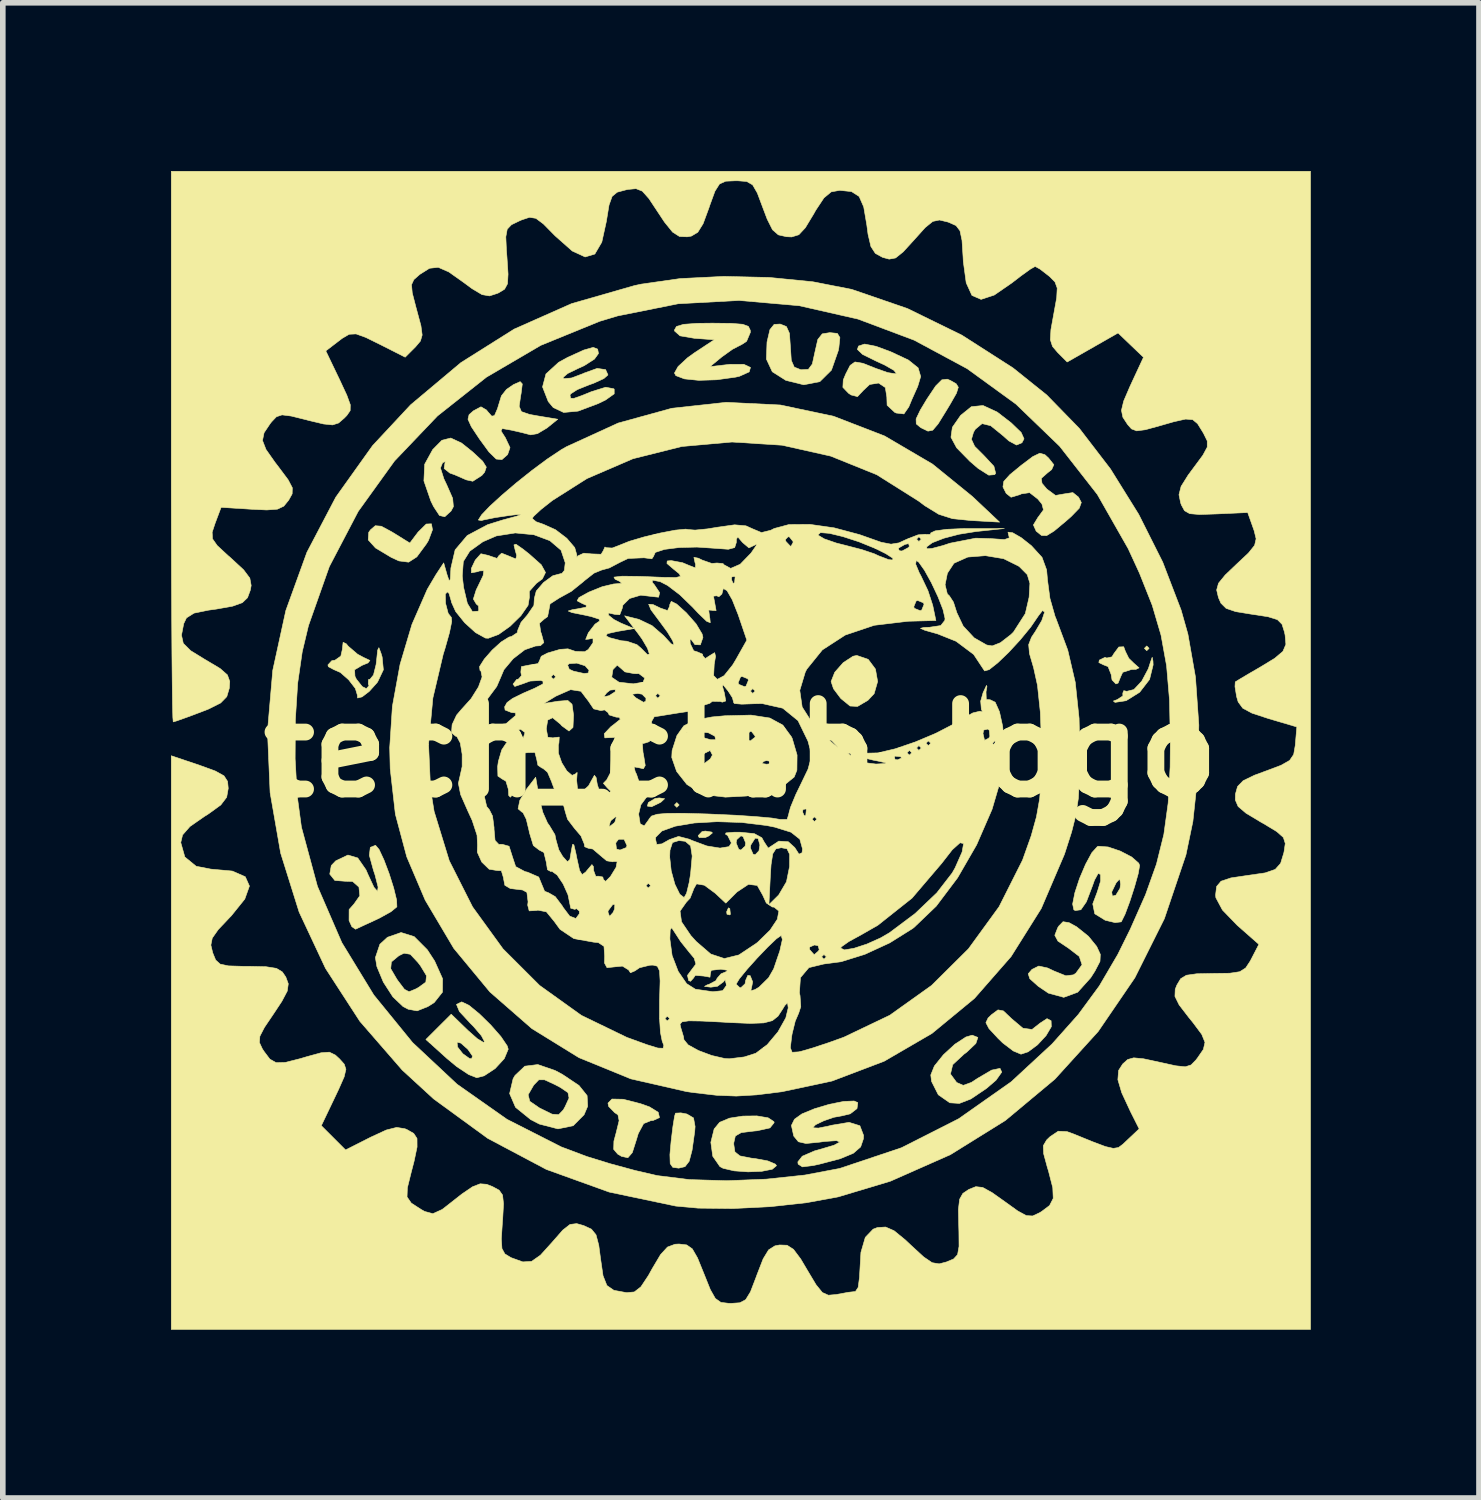
<source format=kicad_pcb>
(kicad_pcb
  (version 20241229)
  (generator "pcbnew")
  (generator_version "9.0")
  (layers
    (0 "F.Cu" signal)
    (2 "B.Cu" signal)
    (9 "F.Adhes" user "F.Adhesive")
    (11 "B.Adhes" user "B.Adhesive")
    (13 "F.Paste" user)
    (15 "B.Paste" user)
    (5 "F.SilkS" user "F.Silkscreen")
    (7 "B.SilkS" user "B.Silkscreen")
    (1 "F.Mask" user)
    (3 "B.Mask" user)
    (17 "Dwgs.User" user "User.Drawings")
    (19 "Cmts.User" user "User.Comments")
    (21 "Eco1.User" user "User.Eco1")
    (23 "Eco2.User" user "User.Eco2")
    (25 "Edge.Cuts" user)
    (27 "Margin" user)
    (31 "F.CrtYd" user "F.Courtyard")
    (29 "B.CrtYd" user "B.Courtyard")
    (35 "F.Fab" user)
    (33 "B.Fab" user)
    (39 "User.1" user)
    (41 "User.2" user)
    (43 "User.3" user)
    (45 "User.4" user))
  (footprint "tech_club_logo"
    (layer "F.Cu")
    (at 10.165 10.334)
    (property "Reference" "tech_club_logo" (at 0 0 0) (layer "F.SilkS") (effects (font (size 1.524 1.524) (thickness 0.3))))
    (attr through_hole)
    (fp_poly (pts (xy -1.101 0.974) (xy -1.143 1.016) (xy -1.185 0.974) (xy -1.143 0.931) (xy -1.101 0.974)) (stroke (width 0.01) (type solid)) (fill yes) (layer "F.SilkS"))
    (fp_poly (pts (xy 7.281 -1.82) (xy 7.239 -1.778) (xy 7.197 -1.82) (xy 7.239 -1.863) (xy 7.281 -1.82)) (stroke (width 0.01) (type solid)) (fill yes) (layer "F.SilkS"))
    (fp_poly (pts (xy -0.198 2.822) (xy -0.187 2.923) (xy -0.198 2.935) (xy -0.248 2.923) (xy -0.254 2.879) (xy -0.223 2.809) (xy -0.198 2.822)) (stroke (width 0.01) (type solid)) (fill yes) (layer "F.SilkS"))
    (fp_poly (pts (xy -1.361 0.862) (xy -1.422 0.92) (xy -1.439 0.931) (xy -1.594 1.006) (xy -1.668 0.994) (xy -1.651 0.931) (xy -1.53 0.858) (xy -1.456 0.848) (xy -1.361 0.862)) (stroke (width 0.01) (type solid)) (fill yes) (layer "F.SilkS"))
    (fp_poly (pts (xy -0.522 1.457) (xy -0.508 1.473) (xy -0.574 1.527) (xy -0.635 1.555) (xy -0.744 1.556) (xy -0.762 1.521) (xy -0.693 1.449) (xy -0.635 1.439) (xy -0.522 1.457)) (stroke (width 0.01) (type solid)) (fill yes) (layer "F.SilkS"))
    (fp_poly (pts (xy 2.271 -1.623) (xy 2.4 -1.45) (xy 2.439 -1.228) (xy 2.377 -1.012) (xy 2.267 -0.894) (xy 2.081 -0.784) (xy 1.947 -0.791) (xy 1.789 -0.92) (xy 1.778 -0.931) (xy 1.652 -1.099) (xy 1.609 -1.228) (xy 1.674 -1.393) (xy 1.826 -1.565) (xy 2 -1.679) (xy 2.068 -1.693) (xy 2.271 -1.623)) (stroke (width 0.01) (type solid)) (fill yes) (layer "F.SilkS"))
    (fp_poly (pts (xy -0.964 6.486) (xy -0.845 6.556) (xy -0.817 6.71) (xy -0.824 6.8) (xy -0.871 7.133) (xy -0.923 7.33) (xy -0.997 7.425) (xy -1.106 7.451) (xy -1.114 7.451) (xy -1.215 7.437) (xy -1.261 7.371) (xy -1.266 7.21) (xy -1.245 6.976) (xy -1.213 6.712) (xy -1.183 6.527) (xy -1.166 6.471) (xy -1.07 6.466) (xy -0.964 6.486)) (stroke (width 0.01) (type solid)) (fill yes) (layer "F.SilkS"))
    (fp_poly (pts (xy 7.35 -1.594) (xy 7.353 -1.524) (xy 7.289 -1.265) (xy 7.112 -1.036) (xy 6.871 -0.886) (xy 6.673 -0.856) (xy 6.644 -0.88) (xy 6.711 -0.905) (xy 6.813 -0.971) (xy 6.812 -1.021) (xy 6.829 -1.065) (xy 6.883 -1.053) (xy 7.01 -1.085) (xy 7.15 -1.235) (xy 7.268 -1.457) (xy 7.304 -1.57) (xy 7.336 -1.661) (xy 7.35 -1.594)) (stroke (width 0.01) (type solid)) (fill yes) (layer "F.SilkS"))
    (fp_poly (pts (xy -4.066 -0.052) (xy -4.064 -0.012) (xy -4.027 0.153) (xy -3.979 0.212) (xy -3.901 0.348) (xy -3.926 0.552) (xy -4.019 0.725) (xy -4.112 0.836) (xy -4.142 0.803) (xy -4.146 0.699) (xy -4.191 0.55) (xy -4.262 0.508) (xy -4.334 0.459) (xy -4.339 0.29) (xy -4.326 0.197) (xy -4.266 -0.008) (xy -4.183 -0.133) (xy -4.107 -0.156) (xy -4.066 -0.052)) (stroke (width 0.01) (type solid)) (fill yes) (layer "F.SilkS"))
    (fp_poly (pts (xy 3.736 -6.598) (xy 3.84 -6.539) (xy 3.878 -6.477) (xy 3.845 -6.371) (xy 3.735 -6.178) (xy 3.662 -6.057) (xy 3.518 -5.824) (xy 3.422 -5.711) (xy 3.337 -5.694) (xy 3.225 -5.748) (xy 3.201 -5.762) (xy 3.128 -5.823) (xy 3.125 -5.912) (xy 3.2 -6.069) (xy 3.317 -6.264) (xy 3.474 -6.499) (xy 3.584 -6.609) (xy 3.681 -6.621) (xy 3.736 -6.598)) (stroke (width 0.01) (type solid)) (fill yes) (layer "F.SilkS"))
    (fp_poly (pts (xy -5.501 -3.935) (xy -5.573 -3.743) (xy -5.611 -3.681) (xy -5.781 -3.451) (xy -5.927 -3.357) (xy -6.099 -3.379) (xy -6.234 -3.441) (xy -6.517 -3.61) (xy -6.647 -3.754) (xy -6.638 -3.889) (xy -6.607 -3.933) (xy -6.521 -4.007) (xy -6.414 -3.998) (xy -6.23 -3.899) (xy -6.202 -3.882) (xy -5.905 -3.698) (xy -5.758 -3.893) (xy -5.612 -4.037) (xy -5.52 -4.041) (xy -5.501 -3.935)) (stroke (width 0.01) (type solid)) (fill yes) (layer "F.SilkS"))
    (fp_poly (pts (xy 4.682 4.647) (xy 4.823 4.781) (xy 4.826 4.784) (xy 5.03 4.956) (xy 5.193 4.978) (xy 5.337 4.865) (xy 5.46 4.785) (xy 5.533 4.822) (xy 5.537 4.929) (xy 5.443 5.088) (xy 5.291 5.252) (xy 5.123 5.377) (xy 4.996 5.419) (xy 4.858 5.361) (xy 4.669 5.217) (xy 4.587 5.137) (xy 4.425 4.962) (xy 4.37 4.857) (xy 4.409 4.774) (xy 4.471 4.714) (xy 4.586 4.629) (xy 4.682 4.647)) (stroke (width 0.01) (type solid)) (fill yes) (layer "F.SilkS"))
    (fp_poly (pts (xy 6.858 -1.766) (xy 6.919 -1.642) (xy 7.006 -1.557) (xy 7.102 -1.472) (xy 7.047 -1.445) (xy 6.964 -1.442) (xy 6.81 -1.392) (xy 6.773 -1.312) (xy 6.728 -1.2) (xy 6.689 -1.185) (xy 6.62 -1.256) (xy 6.604 -1.355) (xy 6.549 -1.494) (xy 6.472 -1.524) (xy 6.385 -1.566) (xy 6.393 -1.61) (xy 6.495 -1.659) (xy 6.526 -1.647) (xy 6.618 -1.668) (xy 6.656 -1.73) (xy 6.741 -1.844) (xy 6.828 -1.848) (xy 6.858 -1.766)) (stroke (width 0.01) (type solid)) (fill yes) (layer "F.SilkS"))
    (fp_poly (pts (xy -2.099 6.223) (xy -1.79 6.302) (xy -1.63 6.359) (xy -1.475 6.455) (xy -1.452 6.55) (xy -1.567 6.602) (xy -1.605 6.604) (xy -1.735 6.657) (xy -1.831 6.836) (xy -1.863 6.943) (xy -1.937 7.175) (xy -2.016 7.266) (xy -2.13 7.241) (xy -2.196 7.202) (xy -2.269 7.117) (xy -2.265 6.97) (xy -2.224 6.817) (xy -2.172 6.605) (xy -2.193 6.5) (xy -2.25 6.463) (xy -2.359 6.351) (xy -2.371 6.292) (xy -2.299 6.219) (xy -2.099 6.223)) (stroke (width 0.01) (type solid)) (fill yes) (layer "F.SilkS"))
    (fp_poly (pts (xy 0.812 -7.559) (xy 0.866 -7.439) (xy 0.883 -7.197) (xy 0.899 -6.956) (xy 0.951 -6.837) (xy 1.063 -6.791) (xy 1.078 -6.789) (xy 1.203 -6.796) (xy 1.274 -6.891) (xy 1.321 -7.106) (xy 1.372 -7.329) (xy 1.451 -7.429) (xy 1.587 -7.451) (xy 1.721 -7.437) (xy 1.766 -7.363) (xy 1.747 -7.18) (xy 1.738 -7.133) (xy 1.615 -6.782) (xy 1.408 -6.577) (xy 1.121 -6.521) (xy 0.801 -6.6) (xy 0.56 -6.753) (xy 0.455 -6.979) (xy 0.466 -7.283) (xy 0.518 -7.505) (xy 0.593 -7.598) (xy 0.701 -7.604) (xy 0.812 -7.559)) (stroke (width 0.01) (type solid)) (fill yes) (layer "F.SilkS"))
    (fp_poly (pts (xy 4.227 5.12) (xy 4.191 5.228) (xy 4.028 5.383) (xy 3.979 5.419) (xy 3.778 5.606) (xy 3.738 5.773) (xy 3.849 5.924) (xy 3.965 5.975) (xy 4.113 5.922) (xy 4.222 5.85) (xy 4.473 5.703) (xy 4.622 5.672) (xy 4.653 5.739) (xy 4.55 5.884) (xy 4.381 6.029) (xy 4.103 6.217) (xy 3.898 6.297) (xy 3.726 6.286) (xy 3.725 6.285) (xy 3.521 6.143) (xy 3.401 5.905) (xy 3.387 5.79) (xy 3.451 5.63) (xy 3.611 5.431) (xy 3.816 5.242) (xy 4.015 5.112) (xy 4.126 5.08) (xy 4.227 5.12)) (stroke (width 0.01) (type solid)) (fill yes) (layer "F.SilkS"))
    (fp_poly (pts (xy 4.572 -6.034) (xy 4.822 -5.841) (xy 4.999 -5.67) (xy 5.05 -5.557) (xy 5.013 -5.487) (xy 4.916 -5.446) (xy 4.781 -5.519) (xy 4.674 -5.614) (xy 4.456 -5.791) (xy 4.301 -5.828) (xy 4.181 -5.728) (xy 4.149 -5.674) (xy 4.112 -5.548) (xy 4.17 -5.423) (xy 4.337 -5.256) (xy 4.513 -5.067) (xy 4.544 -4.943) (xy 4.527 -4.918) (xy 4.421 -4.909) (xy 4.233 -5.028) (xy 4.083 -5.157) (xy 3.848 -5.397) (xy 3.747 -5.585) (xy 3.772 -5.763) (xy 3.916 -5.97) (xy 3.922 -5.977) (xy 4.111 -6.13) (xy 4.319 -6.151) (xy 4.572 -6.034)) (stroke (width 0.01) (type solid)) (fill yes) (layer "F.SilkS"))
    (fp_poly (pts (xy -4.983 -5.482) (xy -4.784 -5.323) (xy -4.606 -5.157) (xy -4.541 -5.053) (xy -4.571 -4.962) (xy -4.62 -4.904) (xy -4.782 -4.8) (xy -4.898 -4.825) (xy -5.106 -4.916) (xy -5.191 -4.946) (xy -5.293 -5.027) (xy -5.284 -5.092) (xy -5.273 -5.151) (xy -5.32 -5.131) (xy -5.359 -5.037) (xy -5.298 -4.844) (xy -5.244 -4.73) (xy -5.141 -4.495) (xy -5.128 -4.347) (xy -5.17 -4.269) (xy -5.282 -4.167) (xy -5.376 -4.189) (xy -5.482 -4.35) (xy -5.53 -4.448) (xy -5.654 -4.807) (xy -5.64 -5.104) (xy -5.497 -5.365) (xy -5.333 -5.531) (xy -5.175 -5.571) (xy -4.983 -5.482)) (stroke (width 0.01) (type solid)) (fill yes) (layer "F.SilkS"))
    (fp_poly (pts (xy 5.853 3.073) (xy 5.987 3.146) (xy 6.199 3.316) (xy 6.346 3.497) (xy 6.411 3.638) (xy 6.405 3.764) (xy 6.315 3.937) (xy 6.239 4.056) (xy 6.007 4.314) (xy 5.759 4.405) (xy 5.484 4.33) (xy 5.304 4.208) (xy 5.153 4.073) (xy 5.125 3.985) (xy 5.192 3.907) (xy 5.313 3.847) (xy 5.469 3.881) (xy 5.588 3.937) (xy 5.796 4.021) (xy 5.931 4.004) (xy 5.975 3.974) (xy 6.085 3.824) (xy 6.036 3.676) (xy 5.842 3.527) (xy 5.655 3.402) (xy 5.599 3.298) (xy 5.651 3.164) (xy 5.671 3.133) (xy 5.746 3.056) (xy 5.853 3.073)) (stroke (width 0.01) (type solid)) (fill yes) (layer "F.SilkS"))
    (fp_poly (pts (xy 0.486 6.554) (xy 0.589 6.622) (xy 0.593 6.641) (xy 0.518 6.734) (xy 0.289 6.785) (xy 0.233 6.79) (xy 0.005 6.818) (xy -0.099 6.878) (xy -0.127 7.001) (xy -0.127 7.027) (xy -0.107 7.161) (xy -0.019 7.233) (xy 0.183 7.273) (xy 0.254 7.281) (xy 0.481 7.323) (xy 0.617 7.381) (xy 0.635 7.408) (xy 0.56 7.471) (xy 0.373 7.508) (xy 0.128 7.518) (xy -0.121 7.5) (xy -0.318 7.454) (xy -0.374 7.424) (xy -0.502 7.239) (xy -0.536 6.991) (xy -0.477 6.753) (xy -0.379 6.634) (xy -0.203 6.56) (xy 0.036 6.523) (xy 0.284 6.52) (xy 0.486 6.554)) (stroke (width 0.01) (type solid)) (fill yes) (layer "F.SilkS"))
    (fp_poly (pts (xy -0.17 -7.616) (xy 0.033 -7.6) (xy 0.134 -7.562) (xy 0.167 -7.494) (xy 0.169 -7.456) (xy 0.102 -7.297) (xy 0.021 -7.243) (xy -0.149 -7.155) (xy -0.339 -7.019) (xy -0.55 -6.845) (xy -0.191 -6.886) (xy 0.054 -6.885) (xy 0.171 -6.83) (xy 0.148 -6.751) (xy -0.025 -6.673) (xy -0.095 -6.657) (xy -0.434 -6.61) (xy -0.752 -6.6) (xy -1.007 -6.626) (xy -1.16 -6.684) (xy -1.185 -6.73) (xy -1.12 -6.846) (xy -0.952 -7.002) (xy -0.83 -7.09) (xy -0.475 -7.324) (xy -0.83 -7.35) (xy -1.086 -7.394) (xy -1.184 -7.481) (xy -1.185 -7.498) (xy -1.149 -7.561) (xy -1.023 -7.599) (xy -0.776 -7.617) (xy -0.508 -7.62) (xy -0.17 -7.616)) (stroke (width 0.01) (type solid)) (fill yes) (layer "F.SilkS"))
    (fp_poly (pts (xy -5.827 3.322) (xy -5.593 3.557) (xy -5.462 3.758) (xy -5.321 4.073) (xy -5.323 4.313) (xy -5.471 4.499) (xy -5.584 4.57) (xy -5.775 4.646) (xy -5.934 4.617) (xy -6.026 4.569) (xy -6.207 4.397) (xy -6.377 4.134) (xy -6.477 3.894) (xy -6.246 3.894) (xy -6.138 4.079) (xy -6.117 4.109) (xy -6.001 4.262) (xy -5.92 4.305) (xy -5.806 4.259) (xy -5.752 4.23) (xy -5.62 4.134) (xy -5.608 4.019) (xy -5.715 3.842) (xy -5.762 3.781) (xy -5.897 3.637) (xy -6.009 3.618) (xy -6.101 3.663) (xy -6.234 3.773) (xy -6.246 3.894) (xy -6.477 3.894) (xy -6.493 3.855) (xy -6.519 3.696) (xy -6.439 3.458) (xy -6.304 3.334) (xy -6.061 3.249) (xy -5.827 3.322)) (stroke (width 0.01) (type solid)) (fill yes) (layer "F.SilkS"))
    (fp_poly (pts (xy -3.314 5.71) (xy -3.183 5.78) (xy -2.888 5.977) (xy -2.743 6.158) (xy -2.733 6.348) (xy -2.797 6.499) (xy -2.991 6.695) (xy -3.263 6.751) (xy -3.596 6.665) (xy -3.749 6.586) (xy -4.02 6.366) (xy -4.116 6.143) (xy -3.795 6.143) (xy -3.765 6.26) (xy -3.593 6.378) (xy -3.577 6.386) (xy -3.368 6.489) (xy -3.25 6.498) (xy -3.167 6.412) (xy -3.136 6.356) (xy -3.065 6.201) (xy -3.084 6.105) (xy -3.219 6.013) (xy -3.317 5.961) (xy -3.502 5.876) (xy -3.605 5.876) (xy -3.691 5.966) (xy -3.698 5.975) (xy -3.795 6.143) (xy -4.116 6.143) (xy -4.125 6.121) (xy -4.063 5.857) (xy -4.029 5.799) (xy -3.854 5.633) (xy -3.622 5.604) (xy -3.314 5.71)) (stroke (width 0.01) (type solid)) (fill yes) (layer "F.SilkS"))
    (fp_poly (pts (xy -3.899 -6.536) (xy -3.92 -6.368) (xy -3.928 -6.324) (xy -3.955 -6.137) (xy -3.915 -6.042) (xy -3.77 -5.992) (xy -3.625 -5.966) (xy -3.267 -5.906) (xy -3.458 -5.751) (xy -3.629 -5.649) (xy -3.751 -5.628) (xy -3.905 -5.668) (xy -4.092 -5.711) (xy -4.256 -5.74) (xy -4.279 -5.698) (xy -4.201 -5.576) (xy -4.118 -5.4) (xy -4.161 -5.276) (xy -4.263 -5.186) (xy -4.364 -5.196) (xy -4.493 -5.322) (xy -4.661 -5.552) (xy -4.809 -5.775) (xy -4.868 -5.906) (xy -4.848 -5.988) (xy -4.771 -6.056) (xy -4.636 -6.128) (xy -4.539 -6.072) (xy -4.511 -6.037) (xy -4.444 -5.961) (xy -4.395 -5.971) (xy -4.342 -6.093) (xy -4.272 -6.323) (xy -4.181 -6.438) (xy -4.058 -6.523) (xy -3.937 -6.577) (xy -3.899 -6.536)) (stroke (width 0.01) (type solid)) (fill yes) (layer "F.SilkS"))
    (fp_poly (pts (xy -6.454 1.767) (xy -6.367 1.953) (xy -6.274 2.199) (xy -6.193 2.455) (xy -6.141 2.669) (xy -6.136 2.789) (xy -6.137 2.792) (xy -6.241 2.877) (xy -6.438 2.987) (xy -6.502 3.018) (xy -6.713 3.115) (xy -6.854 3.181) (xy -6.873 3.19) (xy -6.939 3.145) (xy -6.989 3.035) (xy -6.988 2.839) (xy -6.903 2.743) (xy -6.797 2.593) (xy -6.813 2.438) (xy -6.926 2.338) (xy -7.064 2.334) (xy -7.243 2.32) (xy -7.333 2.207) (xy -7.306 2.054) (xy -7.227 1.971) (xy -7.009 1.867) (xy -6.834 1.919) (xy -6.687 2.131) (xy -6.652 2.212) (xy -6.545 2.442) (xy -6.481 2.515) (xy -6.471 2.438) (xy -6.526 2.221) (xy -6.554 2.138) (xy -6.627 1.872) (xy -6.61 1.73) (xy -6.517 1.693) (xy -6.454 1.767)) (stroke (width 0.01) (type solid)) (fill yes) (layer "F.SilkS"))
    (fp_poly (pts (xy -4.851 4.547) (xy -4.665 4.699) (xy -4.461 4.899) (xy -4.281 5.104) (xy -4.168 5.271) (xy -4.15 5.33) (xy -4.22 5.498) (xy -4.383 5.675) (xy -4.58 5.805) (xy -4.711 5.839) (xy -4.856 5.782) (xy -5.068 5.641) (xy -5.243 5.496) (xy -5.566 5.204) (xy -5.063 5.204) (xy -5.053 5.292) (xy -4.961 5.41) (xy -4.844 5.494) (xy -4.803 5.503) (xy -4.787 5.452) (xy -4.869 5.333) (xy -4.994 5.222) (xy -5.063 5.204) (xy -5.566 5.204) (xy -5.619 5.157) (xy -5.167 4.706) (xy -4.87 4.994) (xy -4.701 5.143) (xy -4.593 5.208) (xy -4.572 5.197) (xy -4.628 5.09) (xy -4.769 4.925) (xy -4.826 4.868) (xy -5.021 4.657) (xy -5.073 4.531) (xy -4.983 4.487) (xy -4.977 4.487) (xy -4.851 4.547)) (stroke (width 0.01) (type solid)) (fill yes) (layer "F.SilkS"))
    (fp_poly (pts (xy 2.41 -7.207) (xy 2.67 -7.111) (xy 2.988 -6.962) (xy 3.161 -6.823) (xy 3.207 -6.668) (xy 3.154 -6.492) (xy 3.05 -6.26) (xy 2.995 -6.127) (xy 2.908 -6.001) (xy 2.771 -6.017) (xy 2.744 -6.029) (xy 2.608 -6.156) (xy 2.603 -6.303) (xy 2.576 -6.472) (xy 2.455 -6.552) (xy 2.296 -6.526) (xy 2.184 -6.421) (xy 2.08 -6.31) (xy 1.966 -6.339) (xy 1.92 -6.37) (xy 1.819 -6.475) (xy 1.826 -6.607) (xy 1.87 -6.713) (xy 1.949 -6.867) (xy 2.035 -6.928) (xy 2.177 -6.904) (xy 2.412 -6.811) (xy 2.62 -6.738) (xy 2.755 -6.717) (xy 2.773 -6.724) (xy 2.729 -6.779) (xy 2.567 -6.872) (xy 2.411 -6.944) (xy 2.171 -7.062) (xy 2.078 -7.151) (xy 2.098 -7.212) (xy 2.207 -7.247) (xy 2.41 -7.207)) (stroke (width 0.01) (type solid)) (fill yes) (layer "F.SilkS"))
    (fp_poly (pts (xy 5.421 -5.275) (xy 5.488 -5.214) (xy 5.582 -5.095) (xy 5.543 -5.008) (xy 5.468 -4.949) (xy 5.358 -4.852) (xy 5.371 -4.763) (xy 5.457 -4.661) (xy 5.612 -4.547) (xy 5.759 -4.573) (xy 5.921 -4.598) (xy 6.022 -4.517) (xy 6.072 -4.421) (xy 6.035 -4.319) (xy 5.89 -4.17) (xy 5.805 -4.095) (xy 5.587 -3.913) (xy 5.454 -3.831) (xy 5.362 -3.833) (xy 5.271 -3.907) (xy 5.267 -3.91) (xy 5.217 -4.021) (xy 5.302 -4.161) (xy 5.306 -4.164) (xy 5.397 -4.29) (xy 5.369 -4.395) (xy 5.294 -4.485) (xy 5.15 -4.597) (xy 5.002 -4.575) (xy 4.974 -4.561) (xy 4.819 -4.515) (xy 4.732 -4.584) (xy 4.674 -4.699) (xy 4.689 -4.797) (xy 4.797 -4.917) (xy 5.001 -5.085) (xy 5.208 -5.241) (xy 5.332 -5.3) (xy 5.421 -5.275)) (stroke (width 0.01) (type solid)) (fill yes) (layer "F.SilkS"))
    (fp_poly (pts (xy -2.555 -7.157) (xy -2.54 -7.079) (xy -2.612 -6.979) (xy -2.793 -6.863) (xy -2.9 -6.814) (xy -3.09 -6.722) (xy -3.172 -6.651) (xy -3.16 -6.63) (xy -3.022 -6.642) (xy -2.82 -6.718) (xy -2.797 -6.729) (xy -2.564 -6.813) (xy -2.413 -6.791) (xy -2.371 -6.697) (xy -2.443 -6.633) (xy -2.625 -6.549) (xy -2.709 -6.519) (xy -2.918 -6.435) (xy -3.037 -6.358) (xy -3.048 -6.336) (xy -3.038 -6.282) (xy -2.982 -6.277) (xy -2.84 -6.327) (xy -2.666 -6.398) (xy -2.412 -6.477) (xy -2.269 -6.45) (xy -2.26 -6.443) (xy -2.26 -6.359) (xy -2.413 -6.25) (xy -2.547 -6.185) (xy -2.904 -6.051) (xy -3.161 -6.027) (xy -3.347 -6.115) (xy -3.436 -6.222) (xy -3.538 -6.483) (xy -3.477 -6.714) (xy -3.251 -6.921) (xy -3.091 -7.009) (xy -2.803 -7.14) (xy -2.634 -7.188) (xy -2.555 -7.157)) (stroke (width 0.01) (type solid)) (fill yes) (layer "F.SilkS"))
    (fp_poly (pts (xy -7.04 -1.902) (xy -7.003 -1.857) (xy -6.837 -1.715) (xy -6.731 -1.658) (xy -6.617 -1.604) (xy -6.651 -1.56) (xy -6.756 -1.517) (xy -6.89 -1.438) (xy -6.884 -1.322) (xy -6.859 -1.271) (xy -6.753 -1.137) (xy -6.681 -1.101) (xy -6.633 -1.153) (xy -6.646 -1.185) (xy -6.643 -1.263) (xy -6.614 -1.27) (xy -6.553 -1.345) (xy -6.507 -1.53) (xy -6.5 -1.587) (xy -6.479 -1.788) (xy -6.457 -1.832) (xy -6.419 -1.732) (xy -6.399 -1.665) (xy -6.377 -1.437) (xy -6.479 -1.222) (xy -6.492 -1.204) (xy -6.629 -1.052) (xy -6.757 -0.954) (xy -6.837 -0.934) (xy -6.841 -0.987) (xy -6.877 -1.105) (xy -6.996 -1.259) (xy -7.145 -1.39) (xy -7.258 -1.439) (xy -7.358 -1.492) (xy -7.366 -1.524) (xy -7.297 -1.599) (xy -7.239 -1.609) (xy -7.136 -1.681) (xy -7.109 -1.799) (xy -7.095 -1.927) (xy -7.04 -1.902)) (stroke (width 0.01) (type solid)) (fill yes) (layer "F.SilkS"))
    (fp_poly (pts (xy 2.085 6.283) (xy 2.071 6.389) (xy 1.95 6.483) (xy 1.805 6.518) (xy 1.656 6.545) (xy 1.478 6.607) (xy 1.332 6.677) (xy 1.283 6.729) (xy 1.285 6.732) (xy 1.384 6.737) (xy 1.576 6.698) (xy 1.612 6.688) (xy 1.929 6.635) (xy 2.122 6.695) (xy 2.188 6.867) (xy 2.185 6.929) (xy 2.136 7.073) (xy 2.006 7.186) (xy 1.77 7.284) (xy 1.4 7.381) (xy 1.291 7.405) (xy 1.097 7.429) (xy 1.021 7.38) (xy 1.016 7.34) (xy 1.095 7.239) (xy 1.314 7.144) (xy 1.397 7.121) (xy 1.661 7.043) (xy 1.764 6.987) (xy 1.708 6.961) (xy 1.49 6.976) (xy 1.405 6.988) (xy 1.161 7.012) (xy 1.026 6.981) (xy 0.944 6.881) (xy 0.942 6.878) (xy 0.901 6.69) (xy 0.956 6.579) (xy 1.089 6.484) (xy 1.315 6.391) (xy 1.581 6.312) (xy 1.833 6.262) (xy 2.02 6.254) (xy 2.085 6.283)) (stroke (width 0.01) (type solid)) (fill yes) (layer "F.SilkS"))
    (fp_poly (pts (xy 6.55 1.723) (xy 6.769 1.797) (xy 6.972 1.903) (xy 7.097 2.013) (xy 7.112 2.055) (xy 7.086 2.203) (xy 7.02 2.438) (xy 6.936 2.698) (xy 6.852 2.923) (xy 6.788 3.052) (xy 6.783 3.059) (xy 6.674 3.072) (xy 6.498 3.03) (xy 6.312 2.915) (xy 6.276 2.739) (xy 6.355 2.53) (xy 6.357 2.526) (xy 6.614 2.526) (xy 6.626 2.6) (xy 6.689 2.582) (xy 6.762 2.462) (xy 6.772 2.387) (xy 6.758 2.292) (xy 6.7 2.354) (xy 6.689 2.371) (xy 6.614 2.526) (xy 6.357 2.526) (xy 6.416 2.331) (xy 6.415 2.218) (xy 6.375 2.19) (xy 6.307 2.314) (xy 6.272 2.413) (xy 6.162 2.702) (xy 6.064 2.843) (xy 5.965 2.857) (xy 5.939 2.844) (xy 5.917 2.741) (xy 5.957 2.539) (xy 6.04 2.286) (xy 6.148 2.032) (xy 6.26 1.825) (xy 6.359 1.716) (xy 6.375 1.71) (xy 6.55 1.723)) (stroke (width 0.01) (type solid)) (fill yes) (layer "F.SilkS"))
    (fp_poly (pts (xy 0.516 -0.577) (xy 0.747 -0.451) (xy 0.901 -0.242) (xy 0.915 -0.214) (xy 1.002 0.083) (xy 0.999 0.354) (xy 0.951 0.475) (xy 0.767 0.625) (xy 0.467 0.741) (xy 0.102 0.814) (xy -0.276 0.834) (xy -0.616 0.794) (xy -0.729 0.76) (xy -0.965 0.606) (xy -1.146 0.376) (xy -1.174 0.296) (xy -0.812 0.296) (xy -0.766 0.299) (xy -0.681 0.256) (xy -0.652 0.234) (xy 0.375 0.234) (xy 0.459 0.247) (xy 0.568 0.232) (xy 0.57 0.203) (xy 0.456 0.183) (xy 0.407 0.196) (xy 0.375 0.234) (xy -0.652 0.234) (xy -0.545 0.152) (xy -0.508 0.082) (xy -0.549 0.002) (xy -0.647 0.051) (xy -0.746 0.174) (xy -0.812 0.296) (xy -1.174 0.296) (xy -1.233 0.127) (xy -1.227 0.004) (xy -1.141 -0.264) (xy -1.1 -0.322) (xy -0.974 -0.322) (xy -0.762 -0.254) (xy -0.541 -0.19) (xy -0.45 -0.189) (xy -0.463 -0.249) (xy -0.466 -0.254) (xy 0.085 -0.254) (xy 0.149 -0.172) (xy 0.169 -0.169) (xy 0.252 -0.234) (xy 0.254 -0.254) (xy 0.19 -0.336) (xy 0.169 -0.339) (xy 0.087 -0.274) (xy 0.085 -0.254) (xy -0.466 -0.254) (xy -0.581 -0.314) (xy -0.746 -0.33) (xy -0.974 -0.322) (xy -1.1 -0.322) (xy -1.019 -0.437) (xy -0.823 -0.539) (xy -0.515 -0.596) (xy -0.288 -0.617) (xy 0.18 -0.629) (xy 0.516 -0.577)) (stroke (width 0.01) (type solid)) (fill yes) (layer "F.SilkS"))
    (fp_poly (pts (xy 0.508 -8.435) (xy 1.284 -8.358) (xy 1.965 -8.225) (xy 1.99 -8.218) (xy 2.97 -7.881) (xy 3.941 -7.406) (xy 4.854 -6.821) (xy 5.455 -6.339) (xy 6.037 -5.742) (xy 6.592 -5.019) (xy 7.096 -4.209) (xy 7.524 -3.357) (xy 7.852 -2.502) (xy 7.973 -2.074) (xy 8.108 -1.307) (xy 8.168 -0.452) (xy 8.152 0.428) (xy 8.062 1.268) (xy 7.938 1.864) (xy 7.553 3.003) (xy 7.027 4.056) (xy 6.373 5.014) (xy 5.6 5.865) (xy 4.718 6.601) (xy 3.737 7.211) (xy 2.668 7.684) (xy 1.736 7.964) (xy 1.17 8.068) (xy 0.522 8.139) (xy -0.143 8.172) (xy -0.761 8.165) (xy -1.164 8.128) (xy -2.351 7.878) (xy -3.471 7.474) (xy -4.516 6.92) (xy -5.48 6.217) (xy -6.041 5.702) (xy -6.796 4.833) (xy -7.409 3.888) (xy -7.88 2.883) (xy -8.209 1.833) (xy -8.397 0.754) (xy -8.423 0.15) (xy -7.951 0.15) (xy -7.914 0.811) (xy -7.839 1.368) (xy -7.553 2.425) (xy -7.118 3.429) (xy -6.548 4.363) (xy -5.857 5.211) (xy -5.061 5.956) (xy -4.172 6.581) (xy -3.206 7.072) (xy -2.749 7.244) (xy -2.334 7.372) (xy -1.884 7.494) (xy -1.495 7.584) (xy -1.482 7.586) (xy -0.918 7.656) (xy -0.252 7.676) (xy 0.453 7.648) (xy 1.14 7.575) (xy 1.748 7.46) (xy 1.778 7.452) (xy 2.864 7.088) (xy 3.884 6.571) (xy 4.822 5.911) (xy 5.552 5.235) (xy 6.018 4.712) (xy 6.393 4.202) (xy 6.723 3.639) (xy 6.946 3.188) (xy 7.218 2.573) (xy 7.413 2.027) (xy 7.544 1.5) (xy 7.621 0.94) (xy 7.656 0.296) (xy 7.66 -0.169) (xy 7.645 -0.897) (xy 7.593 -1.508) (xy 7.494 -2.055) (xy 7.337 -2.588) (xy 7.11 -3.159) (xy 6.908 -3.598) (xy 6.358 -4.564) (xy 5.685 -5.425) (xy 4.906 -6.176) (xy 4.036 -6.808) (xy 3.092 -7.316) (xy 2.088 -7.693) (xy 1.041 -7.931) (xy -0.033 -8.025) (xy -1.119 -7.966) (xy -2.2 -7.749) (xy -2.519 -7.653) (xy -3.57 -7.224) (xy -4.538 -6.657) (xy -5.412 -5.965) (xy -6.178 -5.162) (xy -6.826 -4.262) (xy -7.341 -3.278) (xy -7.713 -2.225) (xy -7.824 -1.76) (xy -7.905 -1.202) (xy -7.947 -0.543) (xy -7.951 0.15) (xy -8.423 0.15) (xy -8.444 -0.338) (xy -8.35 -1.426) (xy -8.116 -2.496) (xy -7.741 -3.532) (xy -7.225 -4.517) (xy -6.569 -5.436) (xy -5.891 -6.163) (xy -4.994 -6.916) (xy -4.044 -7.514) (xy -3.02 -7.968) (xy -1.899 -8.29) (xy -1.778 -8.316) (xy -1.085 -8.415) (xy -0.303 -8.454) (xy 0.508 -8.435)) (stroke (width 0.01) (type solid)) (fill yes) (layer "F.SilkS"))
    (fp_poly (pts (xy 10.16 10.329) (xy -10.16 10.329) (xy -10.16 0.096) (xy -9.652 0.267) (xy -9.373 0.369) (xy -9.22 0.454) (xy -9.156 0.553) (xy -9.144 0.678) (xy -9.172 0.836) (xy -9.277 0.974) (xy -9.495 1.132) (xy -9.567 1.177) (xy -9.827 1.358) (xy -9.959 1.509) (xy -9.991 1.644) (xy -9.918 1.902) (xy -9.716 2.067) (xy -9.455 2.118) (xy -9.07 2.153) (xy -8.84 2.254) (xy -8.766 2.42) (xy -8.849 2.652) (xy -9.088 2.949) (xy -9.114 2.976) (xy -9.323 3.197) (xy -9.429 3.348) (xy -9.454 3.473) (xy -9.421 3.611) (xy -9.368 3.74) (xy -9.289 3.812) (xy -9.141 3.844) (xy -8.88 3.852) (xy -8.779 3.852) (xy -8.47 3.859) (xy -8.285 3.888) (xy -8.179 3.952) (xy -8.117 4.043) (xy -8.073 4.163) (xy -8.091 4.293) (xy -8.187 4.475) (xy -8.331 4.693) (xy -8.499 4.942) (xy -8.58 5.099) (xy -8.588 5.211) (xy -8.535 5.325) (xy -8.505 5.37) (xy -8.402 5.507) (xy -8.291 5.57) (xy -8.127 5.566) (xy -7.865 5.5) (xy -7.74 5.463) (xy -7.489 5.394) (xy -7.34 5.383) (xy -7.233 5.435) (xy -7.159 5.503) (xy -7.075 5.597) (xy -7.045 5.688) (xy -7.076 5.822) (xy -7.173 6.042) (xy -7.239 6.181) (xy -7.484 6.694) (xy -7.268 6.91) (xy -7.051 7.127) (xy -6.603 6.9) (xy -6.326 6.772) (xy -6.14 6.725) (xy -5.992 6.749) (xy -5.956 6.764) (xy -5.836 6.832) (xy -5.777 6.922) (xy -5.776 7.075) (xy -5.829 7.328) (xy -5.882 7.532) (xy -5.949 7.803) (xy -5.955 7.965) (xy -5.879 8.075) (xy -5.703 8.189) (xy -5.641 8.224) (xy -5.494 8.264) (xy -5.329 8.189) (xy -5.26 8.136) (xy -4.976 7.913) (xy -4.785 7.783) (xy -4.65 7.731) (xy -4.534 7.74) (xy -4.43 7.781) (xy -4.312 7.845) (xy -4.251 7.932) (xy -4.234 8.088) (xy -4.249 8.358) (xy -4.254 8.419) (xy -4.273 8.714) (xy -4.262 8.886) (xy -4.21 8.981) (xy -4.105 9.045) (xy -4.092 9.051) (xy -3.89 9.124) (xy -3.734 9.115) (xy -3.575 9.004) (xy -3.367 8.774) (xy -3.362 8.768) (xy -3.177 8.557) (xy -3.048 8.456) (xy -2.929 8.441) (xy -2.804 8.476) (xy -2.666 8.54) (xy -2.584 8.641) (xy -2.535 8.827) (xy -2.503 9.068) (xy -2.459 9.371) (xy -2.39 9.545) (xy -2.265 9.631) (xy -2.053 9.67) (xy -2.035 9.672) (xy -1.901 9.66) (xy -1.784 9.569) (xy -1.649 9.366) (xy -1.585 9.25) (xy -1.433 8.994) (xy -1.309 8.859) (xy -1.175 8.809) (xy -1.103 8.805) (xy -0.967 8.821) (xy -0.867 8.891) (xy -0.774 9.052) (xy -0.659 9.335) (xy -0.546 9.617) (xy -0.456 9.776) (xy -0.357 9.846) (xy -0.217 9.863) (xy -0.176 9.864) (xy -0.019 9.853) (xy 0.086 9.797) (xy 0.171 9.658) (xy 0.27 9.4) (xy 0.286 9.356) (xy 0.397 9.07) (xy 0.494 8.91) (xy 0.607 8.838) (xy 0.69 8.822) (xy 0.824 8.827) (xy 0.938 8.9) (xy 1.067 9.072) (xy 1.187 9.275) (xy 1.341 9.532) (xy 1.453 9.67) (xy 1.56 9.718) (xy 1.698 9.706) (xy 1.715 9.703) (xy 1.919 9.666) (xy 2.043 9.652) (xy 2.092 9.578) (xy 2.116 9.396) (xy 2.117 9.366) (xy 2.141 8.954) (xy 2.219 8.686) (xy 2.359 8.54) (xy 2.435 8.511) (xy 2.581 8.502) (xy 2.732 8.568) (xy 2.933 8.732) (xy 3.04 8.833) (xy 3.261 9.036) (xy 3.411 9.138) (xy 3.536 9.159) (xy 3.667 9.125) (xy 3.795 9.071) (xy 3.865 8.994) (xy 3.891 8.848) (xy 3.889 8.591) (xy 3.886 8.49) (xy 3.88 8.187) (xy 3.901 8.007) (xy 3.959 7.903) (xy 4.066 7.831) (xy 4.19 7.782) (xy 4.313 7.796) (xy 4.48 7.888) (xy 4.7 8.044) (xy 4.939 8.216) (xy 5.091 8.298) (xy 5.203 8.305) (xy 5.324 8.249) (xy 5.361 8.227) (xy 5.506 8.118) (xy 5.571 7.991) (xy 5.563 7.801) (xy 5.487 7.505) (xy 5.466 7.437) (xy 5.4 7.194) (xy 5.394 7.051) (xy 5.453 6.95) (xy 5.514 6.891) (xy 5.66 6.793) (xy 5.817 6.8) (xy 5.931 6.841) (xy 6.277 6.982) (xy 6.503 7.067) (xy 6.643 7.099) (xy 6.735 7.084) (xy 6.815 7.024) (xy 6.894 6.949) (xy 7.104 6.751) (xy 6.95 6.445) (xy 6.793 6.107) (xy 6.724 5.874) (xy 6.737 5.709) (xy 6.81 5.594) (xy 6.899 5.514) (xy 7.007 5.484) (xy 7.182 5.501) (xy 7.47 5.563) (xy 7.756 5.626) (xy 7.926 5.644) (xy 8.03 5.611) (xy 8.116 5.523) (xy 8.143 5.488) (xy 8.249 5.334) (xy 8.278 5.208) (xy 8.22 5.065) (xy 8.064 4.856) (xy 7.99 4.765) (xy 7.817 4.54) (xy 7.742 4.388) (xy 7.747 4.261) (xy 7.777 4.185) (xy 7.844 4.073) (xy 7.946 4.011) (xy 8.128 3.985) (xy 8.42 3.979) (xy 8.72 3.975) (xy 8.898 3.948) (xy 9.004 3.881) (xy 9.086 3.756) (xy 9.105 3.719) (xy 9.239 3.46) (xy 8.853 3.12) (xy 8.589 2.847) (xy 8.472 2.628) (xy 8.467 2.58) (xy 8.485 2.428) (xy 8.564 2.334) (xy 8.74 2.275) (xy 9.049 2.229) (xy 9.353 2.185) (xy 9.531 2.123) (xy 9.627 2.015) (xy 9.683 1.832) (xy 9.688 1.81) (xy 9.71 1.661) (xy 9.676 1.553) (xy 9.557 1.448) (xy 9.324 1.307) (xy 9.27 1.277) (xy 9.009 1.12) (xy 8.869 1.001) (xy 8.819 0.885) (xy 8.821 0.779) (xy 8.859 0.644) (xy 8.959 0.541) (xy 9.161 0.443) (xy 9.356 0.371) (xy 9.633 0.267) (xy 9.788 0.179) (xy 9.86 0.073) (xy 9.888 -0.088) (xy 9.89 -0.113) (xy 9.916 -0.418) (xy 9.405 -0.569) (xy 9.116 -0.664) (xy 8.952 -0.752) (xy 8.87 -0.864) (xy 8.842 -0.958) (xy 8.813 -1.137) (xy 8.818 -1.221) (xy 8.902 -1.273) (xy 9.086 -1.382) (xy 9.25 -1.477) (xy 9.52 -1.641) (xy 9.668 -1.766) (xy 9.721 -1.891) (xy 9.707 -2.056) (xy 9.695 -2.112) (xy 9.652 -2.249) (xy 9.569 -2.332) (xy 9.402 -2.384) (xy 9.119 -2.427) (xy 8.825 -2.475) (xy 8.655 -2.533) (xy 8.562 -2.625) (xy 8.518 -2.725) (xy 8.486 -2.861) (xy 8.519 -2.981) (xy 8.638 -3.127) (xy 8.838 -3.318) (xy 9.053 -3.52) (xy 9.163 -3.657) (xy 9.19 -3.774) (xy 9.155 -3.917) (xy 9.139 -3.963) (xy 9.04 -4.242) (xy 8.482 -4.217) (xy 8.181 -4.207) (xy 8.006 -4.222) (xy 7.913 -4.274) (xy 7.857 -4.377) (xy 7.844 -4.413) (xy 7.814 -4.56) (xy 7.852 -4.709) (xy 7.977 -4.909) (xy 8.072 -5.037) (xy 8.24 -5.264) (xy 8.318 -5.408) (xy 8.318 -5.52) (xy 8.253 -5.652) (xy 8.235 -5.683) (xy 8.146 -5.826) (xy 8.059 -5.899) (xy 7.932 -5.909) (xy 7.719 -5.861) (xy 7.479 -5.792) (xy 7.213 -5.719) (xy 7.059 -5.699) (xy 6.967 -5.734) (xy 6.897 -5.813) (xy 6.813 -5.942) (xy 6.788 -6.065) (xy 6.828 -6.231) (xy 6.938 -6.487) (xy 6.978 -6.574) (xy 7.181 -7.011) (xy 6.954 -7.228) (xy 6.728 -7.445) (xy 6.274 -7.186) (xy 5.82 -6.927) (xy 5.649 -7.098) (xy 5.558 -7.205) (xy 5.52 -7.323) (xy 5.53 -7.504) (xy 5.581 -7.786) (xy 5.633 -8.073) (xy 5.642 -8.246) (xy 5.602 -8.355) (xy 5.506 -8.452) (xy 5.487 -8.467) (xy 5.336 -8.584) (xy 5.249 -8.632) (xy 5.165 -8.585) (xy 4.993 -8.461) (xy 4.835 -8.339) (xy 4.519 -8.121) (xy 4.284 -8.044) (xy 4.121 -8.115) (xy 4.019 -8.339) (xy 3.967 -8.721) (xy 3.963 -8.802) (xy 3.944 -9.097) (xy 3.908 -9.268) (xy 3.838 -9.36) (xy 3.711 -9.417) (xy 3.688 -9.425) (xy 3.542 -9.46) (xy 3.423 -9.435) (xy 3.287 -9.325) (xy 3.093 -9.109) (xy 2.895 -8.892) (xy 2.759 -8.783) (xy 2.644 -8.762) (xy 2.527 -8.794) (xy 2.398 -8.865) (xy 2.319 -8.987) (xy 2.268 -9.205) (xy 2.246 -9.371) (xy 2.191 -9.693) (xy 2.109 -9.88) (xy 1.973 -9.967) (xy 1.762 -9.989) (xy 1.611 -9.962) (xy 1.481 -9.854) (xy 1.334 -9.632) (xy 1.296 -9.564) (xy 1.149 -9.321) (xy 1.033 -9.197) (xy 0.906 -9.158) (xy 0.813 -9.162) (xy 0.668 -9.195) (xy 0.564 -9.286) (xy 0.469 -9.475) (xy 0.394 -9.673) (xy 0.293 -9.942) (xy 0.209 -10.087) (xy 0.104 -10.147) (xy -0.06 -10.16) (xy -0.094 -10.16) (xy -0.271 -10.152) (xy -0.382 -10.102) (xy -0.463 -9.973) (xy -0.553 -9.727) (xy -0.571 -9.673) (xy -0.674 -9.394) (xy -0.769 -9.241) (xy -0.883 -9.173) (xy -0.957 -9.16) (xy -1.095 -9.166) (xy -1.218 -9.244) (xy -1.362 -9.422) (xy -1.476 -9.594) (xy -1.641 -9.843) (xy -1.759 -9.975) (xy -1.871 -10.019) (xy -2.017 -10.005) (xy -2.049 -9.998) (xy -2.206 -9.956) (xy -2.297 -9.881) (xy -2.352 -9.727) (xy -2.397 -9.452) (xy -2.399 -9.438) (xy -2.481 -9.065) (xy -2.605 -8.853) (xy -2.778 -8.801) (xy -3.008 -8.907) (xy -3.303 -9.168) (xy -3.319 -9.183) (xy -3.522 -9.389) (xy -3.657 -9.49) (xy -3.771 -9.508) (xy -3.91 -9.462) (xy -3.949 -9.445) (xy -4.092 -9.376) (xy -4.168 -9.296) (xy -4.193 -9.159) (xy -4.182 -8.918) (xy -4.172 -8.789) (xy -4.153 -8.494) (xy -4.163 -8.322) (xy -4.215 -8.226) (xy -4.321 -8.161) (xy -4.344 -8.151) (xy -4.484 -8.106) (xy -4.617 -8.129) (xy -4.796 -8.236) (xy -4.942 -8.344) (xy -5.209 -8.533) (xy -5.398 -8.616) (xy -5.554 -8.599) (xy -5.724 -8.492) (xy -5.732 -8.486) (xy -5.833 -8.397) (xy -5.875 -8.306) (xy -5.862 -8.16) (xy -5.798 -7.912) (xy -5.781 -7.849) (xy -5.707 -7.574) (xy -5.685 -7.408) (xy -5.716 -7.301) (xy -5.803 -7.198) (xy -5.815 -7.186) (xy -5.988 -7.013) (xy -6.42 -7.232) (xy -6.692 -7.366) (xy -6.864 -7.428) (xy -6.987 -7.422) (xy -7.11 -7.35) (xy -7.194 -7.286) (xy -7.404 -7.125) (xy -7.156 -6.608) (xy -7.028 -6.333) (xy -6.967 -6.165) (xy -6.969 -6.06) (xy -7.029 -5.973) (xy -7.074 -5.927) (xy -7.176 -5.839) (xy -7.283 -5.805) (xy -7.446 -5.822) (xy -7.718 -5.887) (xy -7.742 -5.894) (xy -8.02 -5.963) (xy -8.184 -5.984) (xy -8.284 -5.951) (xy -8.371 -5.86) (xy -8.396 -5.828) (xy -8.505 -5.665) (xy -8.533 -5.527) (xy -8.471 -5.367) (xy -8.311 -5.139) (xy -8.245 -5.053) (xy -8.076 -4.827) (xy -8.001 -4.684) (xy -8.004 -4.575) (xy -8.066 -4.463) (xy -8.153 -4.356) (xy -8.267 -4.302) (xy -8.457 -4.288) (xy -8.733 -4.301) (xy -9.271 -4.335) (xy -9.378 -4.051) (xy -9.431 -3.891) (xy -9.425 -3.773) (xy -9.34 -3.652) (xy -9.153 -3.479) (xy -9.09 -3.424) (xy -8.869 -3.219) (xy -8.759 -3.072) (xy -8.735 -2.941) (xy -8.75 -2.858) (xy -8.8 -2.723) (xy -8.893 -2.634) (xy -9.066 -2.572) (xy -9.357 -2.52) (xy -9.495 -2.501) (xy -9.754 -2.448) (xy -9.889 -2.363) (xy -9.938 -2.261) (xy -9.978 -2.055) (xy -9.946 -1.909) (xy -9.816 -1.779) (xy -9.561 -1.622) (xy -9.54 -1.61) (xy -9.289 -1.46) (xy -9.159 -1.346) (xy -9.117 -1.23) (xy -9.125 -1.109) (xy -9.17 -0.958) (xy -9.279 -0.846) (xy -9.493 -0.738) (xy -9.626 -0.686) (xy -9.88 -0.591) (xy -10.063 -0.526) (xy -10.125 -0.508) (xy -10.132 -0.59) (xy -10.138 -0.827) (xy -10.143 -1.203) (xy -10.148 -1.704) (xy -10.152 -2.315) (xy -10.156 -3.02) (xy -10.158 -3.806) (xy -10.16 -4.657) (xy -10.16 -5.419) (xy -10.16 -10.329) (xy 10.16 -10.329) (xy 10.16 10.329)) (stroke (width 0.01) (type solid)) (fill yes) (layer "F.SilkS"))
    (fp_poly (pts (xy 0.706 -6.16) (xy 1.654 -5.959) (xy 2.564 -5.607) (xy 3.418 -5.106) (xy 4.128 -4.529) (xy 4.614 -4.071) (xy 4.099 -4.1) (xy 3.774 -4.133) (xy 3.529 -4.211) (xy 3.28 -4.364) (xy 3.168 -4.448) (xy 2.423 -4.917) (xy 1.604 -5.248) (xy 0.735 -5.443) (xy -0.16 -5.5) (xy -1.055 -5.42) (xy -1.925 -5.202) (xy -2.746 -4.848) (xy -3.363 -4.457) (xy -3.564 -4.298) (xy -3.695 -4.177) (xy -3.723 -4.137) (xy -3.653 -4.078) (xy -3.517 -4.03) (xy -3.307 -3.936) (xy -3.106 -3.783) (xy -2.964 -3.617) (xy -2.928 -3.49) (xy -2.925 -3.441) (xy -2.908 -3.469) (xy -2.803 -3.517) (xy -2.66 -3.504) (xy -2.493 -3.498) (xy -2.455 -3.561) (xy -2.425 -3.628) (xy -2.402 -3.615) (xy -2.295 -3.609) (xy -2.175 -3.655) (xy -1.991 -3.729) (xy -1.727 -3.807) (xy -1.57 -3.845) (xy 1.376 -3.845) (xy 1.381 -3.836) (xy 1.486 -3.773) (xy 1.702 -3.698) (xy 1.88 -3.653) (xy 2.157 -3.581) (xy 2.378 -3.507) (xy 2.455 -3.471) (xy 2.636 -3.402) (xy 2.709 -3.395) (xy 2.71 -3.428) (xy 2.584 -3.509) (xy 2.401 -3.6) (xy 2.389 -3.605) (xy 2.806 -3.605) (xy 2.826 -3.56) (xy 2.874 -3.556) (xy 2.988 -3.617) (xy 3.005 -3.64) (xy 2.991 -3.688) (xy 2.925 -3.673) (xy 2.806 -3.605) (xy 2.389 -3.605) (xy 2.106 -3.72) (xy 1.82 -3.813) (xy 1.579 -3.871) (xy 1.419 -3.884) (xy 1.376 -3.845) (xy -1.57 -3.845) (xy -1.436 -3.877) (xy -1.171 -3.928) (xy -0.984 -3.946) (xy -0.933 -3.938) (xy -0.817 -3.929) (xy -0.594 -3.951) (xy -0.418 -3.98) (xy -0.112 -4.023) (xy 0.09 -4.005) (xy 0.205 -3.953) (xy 0.367 -3.885) (xy 0.533 -3.926) (xy 0.593 -3.957) (xy 0.857 -4.028) (xy 1.229 -4.031) (xy 1.664 -3.969) (xy 2.117 -3.848) (xy 2.23 -3.808) (xy 2.502 -3.712) (xy 2.678 -3.678) (xy 2.819 -3.701) (xy 2.961 -3.767) (xy 2.964 -3.768) (xy 3.133 -3.768) (xy 3.175 -3.725) (xy 3.217 -3.768) (xy 3.175 -3.81) (xy 3.133 -3.768) (xy 2.964 -3.768) (xy 3.159 -3.844) (xy 3.295 -3.855) (xy 3.304 -3.851) (xy 3.381 -3.853) (xy 3.387 -3.878) (xy 3.465 -3.915) (xy 3.671 -3.943) (xy 3.965 -3.956) (xy 4.043 -3.957) (xy 4.699 -3.957) (xy 4.191 -3.903) (xy 3.892 -3.855) (xy 3.62 -3.784) (xy 3.414 -3.704) (xy 3.314 -3.63) (xy 3.319 -3.595) (xy 3.41 -3.602) (xy 3.606 -3.654) (xy 3.729 -3.695) (xy 4.189 -3.785) (xy 4.471 -3.776) (xy 4.701 -3.76) (xy 4.788 -3.791) (xy 4.783 -3.811) (xy 4.764 -3.892) (xy 4.847 -3.882) (xy 5 -3.794) (xy 5.182 -3.65) (xy 5.371 -3.443) (xy 5.453 -3.219) (xy 5.469 -3.036) (xy 5.512 -2.712) (xy 5.603 -2.392) (xy 5.622 -2.346) (xy 5.83 -1.788) (xy 5.964 -1.214) (xy 6.032 -0.573) (xy 6.046 0.042) (xy 6.039 0.505) (xy 6.019 0.856) (xy 5.975 1.154) (xy 5.899 1.455) (xy 5.783 1.817) (xy 5.767 1.863) (xy 5.357 2.821) (xy 4.819 3.678) (xy 4.166 4.424) (xy 3.408 5.049) (xy 2.557 5.544) (xy 1.625 5.898) (xy 0.73 6.089) (xy 0.278 6.145) (xy -0.083 6.166) (xy -0.433 6.152) (xy -0.847 6.104) (xy -0.971 6.086) (xy -1.964 5.859) (xy -2.888 5.481) (xy -3.729 4.962) (xy -4.477 4.309) (xy -5.121 3.531) (xy -5.631 2.671) (xy -5.96 1.898) (xy -6.163 1.138) (xy -6.255 0.326) (xy -6.264 -0.05) (xy -6.26 -0.108) (xy -5.571 -0.108) (xy -5.535 0.699) (xy -5.472 1.089) (xy -5.202 1.968) (xy -4.786 2.792) (xy -4.243 3.541) (xy -3.59 4.193) (xy -2.845 4.727) (xy -2.027 5.123) (xy -2.008 5.129) (xy -1.678 5.249) (xy -1.48 5.31) (xy -1.387 5.313) (xy -1.375 5.261) (xy -1.404 5.186) (xy -1.435 5.03) (xy -1.444 4.884) (xy -1.086 4.884) (xy -1.072 4.947) (xy -1.024 5.106) (xy -1.016 5.161) (xy -0.942 5.252) (xy -0.759 5.353) (xy -0.522 5.442) (xy -0.288 5.496) (xy -0.207 5.501) (xy 0.061 5.468) (xy 0.267 5.402) (xy 0.394 5.306) (xy 0.882 5.306) (xy 0.914 5.385) (xy 1.029 5.378) (xy 1.085 5.365) (xy 1.284 5.307) (xy 1.573 5.211) (xy 1.837 5.116) (xy 2.655 4.725) (xy 3.401 4.193) (xy 4.058 3.541) (xy 4.605 2.789) (xy 5.024 1.957) (xy 5.178 1.524) (xy 5.272 1.185) (xy 5.329 0.864) (xy 5.358 0.504) (xy 5.364 0.048) (xy 5.363 -0.085) (xy 5.341 -0.68) (xy 5.29 -1.161) (xy 5.221 -1.474) (xy 5.147 -1.727) (xy 5.133 -1.886) (xy 5.183 -2.017) (xy 5.253 -2.122) (xy 5.367 -2.315) (xy 5.416 -2.463) (xy 5.416 -2.468) (xy 5.38 -2.495) (xy 5.31 -2.405) (xy 5.17 -2.2) (xy 4.982 -1.971) (xy 4.776 -1.748) (xy 4.581 -1.561) (xy 4.428 -1.44) (xy 4.346 -1.417) (xy 4.342 -1.424) (xy 4.152 -1.711) (xy 3.838 -1.946) (xy 3.511 -2.077) (xy 3.281 -2.142) (xy 3.203 -2.177) (xy 3.264 -2.192) (xy 3.365 -2.196) (xy 3.565 -2.226) (xy 3.638 -2.319) (xy 3.641 -2.354) (xy 3.605 -2.511) (xy 3.516 -2.739) (xy 3.415 -2.954) (xy 3.642 -2.954) (xy 3.682 -2.791) (xy 3.719 -2.756) (xy 3.791 -2.645) (xy 3.852 -2.455) (xy 3.965 -2.217) (xy 4.161 -2.007) (xy 4.385 -1.879) (xy 4.483 -1.863) (xy 4.629 -1.92) (xy 4.815 -2.064) (xy 4.862 -2.11) (xy 5.073 -2.439) (xy 5.141 -2.732) (xy 5.155 -2.98) (xy 5.108 -3.135) (xy 4.975 -3.269) (xy 4.951 -3.288) (xy 4.686 -3.419) (xy 4.362 -3.473) (xy 4.047 -3.448) (xy 3.807 -3.341) (xy 3.796 -3.331) (xy 3.683 -3.159) (xy 3.642 -2.954) (xy 3.415 -2.954) (xy 3.398 -2.99) (xy 3.275 -3.212) (xy 3.172 -3.357) (xy 3.128 -3.387) (xy 3.117 -3.323) (xy 3.182 -3.166) (xy 3.212 -3.111) (xy 3.337 -2.847) (xy 3.422 -2.586) (xy 3.424 -2.576) (xy 3.478 -2.316) (xy 2.982 -2.303) (xy 2.379 -2.231) (xy 1.862 -2.057) (xy 1.453 -1.792) (xy 1.175 -1.448) (xy 1.148 -1.395) (xy 1.05 -1.07) (xy 1.093 -0.773) (xy 1.285 -0.472) (xy 1.464 -0.289) (xy 1.654 -0.113) (xy 1.726 -0.052) (xy 1.688 -0.101) (xy 1.545 -0.258) (xy 1.349 -0.489) (xy 1.279 -0.607) (xy 1.328 -0.609) (xy 1.493 -0.488) (xy 1.646 -0.352) (xy 1.888 -0.154) (xy 2.119 -0.004) (xy 2.245 0.05) (xy 2.446 0.045) (xy 2.458 0.042) (xy 2.963 0.042) (xy 3.006 0.085) (xy 3.048 0.042) (xy 3.006 0) (xy 2.963 0.042) (xy 2.458 0.042) (xy 2.749 -0.027) (xy 2.795 -0.042) (xy 3.133 -0.042) (xy 3.175 0) (xy 3.217 -0.042) (xy 3.175 -0.085) (xy 3.133 -0.042) (xy 2.795 -0.042) (xy 3.043 -0.127) (xy 3.302 -0.127) (xy 3.344 -0.085) (xy 3.387 -0.127) (xy 4.487 -0.127) (xy 4.53 -0.085) (xy 4.572 -0.127) (xy 4.53 -0.169) (xy 4.487 -0.127) (xy 3.387 -0.127) (xy 3.344 -0.169) (xy 3.302 -0.127) (xy 3.043 -0.127) (xy 3.108 -0.149) (xy 3.469 -0.301) (xy 4.318 -0.301) (xy 4.346 -0.179) (xy 4.419 -0.216) (xy 4.441 -0.248) (xy 4.431 -0.357) (xy 4.404 -0.38) (xy 4.33 -0.362) (xy 4.318 -0.301) (xy 3.469 -0.301) (xy 3.478 -0.305) (xy 3.814 -0.479) (xy 3.949 -0.564) (xy 4.137 -0.668) (xy 4.266 -0.699) (xy 4.282 -0.691) (xy 4.308 -0.694) (xy 4.289 -0.733) (xy 4.277 -0.879) (xy 4.32 -1.029) (xy 4.381 -1.159) (xy 4.389 -1.137) (xy 4.372 -1.044) (xy 4.377 -0.908) (xy 4.447 -0.902) (xy 4.536 -0.859) (xy 4.612 -0.689) (xy 4.669 -0.43) (xy 4.699 -0.125) (xy 4.697 0.187) (xy 4.666 0.418) (xy 4.48 1.051) (xy 4.205 1.684) (xy 3.865 2.273) (xy 3.484 2.779) (xy 3.085 3.161) (xy 3.058 3.181) (xy 2.654 3.434) (xy 2.211 3.638) (xy 1.787 3.77) (xy 1.481 3.81) (xy 1.213 3.875) (xy 1.062 4.054) (xy 1.044 4.324) (xy 1.055 4.376) (xy 1.068 4.573) (xy 1.031 4.686) (xy 0.969 4.83) (xy 0.913 5.058) (xy 0.906 5.101) (xy 0.882 5.306) (xy 0.394 5.306) (xy 0.469 5.25) (xy 0.662 5.02) (xy 0.801 4.772) (xy 0.844 4.594) (xy 0.832 4.501) (xy 0.783 4.551) (xy 0.745 4.614) (xy 0.662 4.741) (xy 0.561 4.821) (xy 0.408 4.861) (xy 0.167 4.87) (xy -0.198 4.855) (xy -0.324 4.847) (xy -0.696 4.828) (xy -0.928 4.824) (xy -1.049 4.842) (xy -1.086 4.884) (xy -1.444 4.884) (xy -1.451 4.784) (xy -1.355 4.784) (xy -1.312 4.826) (xy -1.27 4.784) (xy -1.312 4.741) (xy -1.355 4.784) (xy -1.451 4.784) (xy -1.452 4.763) (xy -1.451 4.44) (xy -1.45 4.429) (xy -1.441 4.114) (xy -1.451 3.933) (xy -1.49 3.85) (xy -1.567 3.83) (xy -1.624 3.832) (xy -1.808 3.877) (xy -1.89 3.933) (xy -1.97 3.967) (xy -2.003 3.916) (xy -2.113 3.848) (xy -2.247 3.861) (xy -2.388 3.876) (xy -2.433 3.793) (xy -2.43 3.671) (xy -2.442 3.495) (xy -2.542 3.429) (xy -2.625 3.421) (xy -2.949 3.363) (xy -1.267 3.363) (xy -1.227 3.659) (xy -1.118 3.943) (xy -0.968 4.161) (xy -0.812 4.26) (xy -0.5 4.305) (xy -0.324 4.286) (xy -0.261 4.197) (xy -0.261 4.17) (xy -0.261 4.17) (xy -0.085 4.17) (xy -0.02 4.232) (xy 0 4.233) (xy 0.074 4.164) (xy 0.085 4.101) (xy 0.124 4.013) (xy 0.166 4.019) (xy 0.21 4.129) (xy 0.196 4.202) (xy 0.177 4.288) (xy 0.251 4.267) (xy 0.324 4.223) (xy 0.494 4.056) (xy 0.585 3.897) (xy 0.658 3.683) (xy 1.439 3.683) (xy 1.482 3.725) (xy 1.524 3.683) (xy 1.482 3.641) (xy 1.439 3.683) (xy 0.658 3.683) (xy 0.694 3.579) (xy 0.709 3.511) (xy 1.221 3.511) (xy 1.228 3.556) (xy 1.3 3.637) (xy 1.312 3.641) (xy 1.38 3.582) (xy 1.397 3.556) (xy 1.389 3.526) (xy 1.778 3.526) (xy 1.846 3.559) (xy 2.018 3.53) (xy 2.249 3.454) (xy 2.492 3.345) (xy 2.649 3.254) (xy 3.109 2.909) (xy 3.495 2.541) (xy 3.769 2.187) (xy 3.821 2.095) (xy 3.946 1.812) (xy 3.972 1.662) (xy 3.909 1.648) (xy 3.77 1.773) (xy 3.58 2.017) (xy 3.052 2.636) (xy 2.442 3.12) (xy 2.138 3.294) (xy 1.927 3.409) (xy 1.798 3.5) (xy 1.778 3.526) (xy 1.389 3.526) (xy 1.377 3.484) (xy 1.312 3.471) (xy 1.221 3.511) (xy 0.709 3.511) (xy 0.74 3.374) (xy 0.719 3.302) (xy 0.634 3.36) (xy 0.479 3.508) (xy 0.292 3.703) (xy 0.11 3.906) (xy -0.028 4.075) (xy -0.085 4.169) (xy -0.085 4.17) (xy -0.261 4.17) (xy -0.282 4.09) (xy -0.31 4.128) (xy -0.418 4.208) (xy -0.536 4.224) (xy -0.649 4.21) (xy -0.599 4.182) (xy -0.572 4.175) (xy -0.446 4.108) (xy -0.423 4.064) (xy -0.354 3.985) (xy -0.275 3.953) (xy -0.231 3.924) (xy -0.344 3.905) (xy -0.365 3.904) (xy -0.53 3.923) (xy -0.545 3.988) (xy -0.551 4.046) (xy -0.667 4.025) (xy -0.813 4.013) (xy -0.847 4.063) (xy -0.898 4.119) (xy -0.932 4.106) (xy -0.953 4.013) (xy -0.885 3.921) (xy -0.803 3.812) (xy -0.833 3.707) (xy -0.915 3.609) (xy -1.074 3.41) (xy -1.171 3.26) (xy -1.235 3.163) (xy -1.261 3.201) (xy -1.267 3.363) (xy -2.949 3.363) (xy -2.98 3.357) (xy -3.226 3.192) (xy -3.33 3.05) (xy -3.469 2.88) (xy -3.621 2.85) (xy -3.648 2.856) (xy -3.776 2.863) (xy -3.803 2.76) (xy -3.796 2.701) (xy -3.817 2.532) (xy -3.895 2.49) (xy -4.113 2.464) (xy -4.21 2.407) (xy -4.233 2.29) (xy -4.233 2.277) (xy -4.273 2.146) (xy -4.348 2.143) (xy -4.49 2.12) (xy -4.623 1.991) (xy -4.702 1.815) (xy -4.698 1.689) (xy -4.706 1.514) (xy -4.793 1.249) (xy -4.869 1.084) (xy -4.999 0.789) (xy -5.039 0.588) (xy -5.012 0.469) (xy -4.972 0.289) (xy -4.972 0.068) (xy -5.005 -0.131) (xy -5.066 -0.246) (xy -5.09 -0.254) (xy -5.161 -0.315) (xy -5.161 -0.316) (xy -4.74 -0.316) (xy -4.719 -0.215) (xy -4.645 -0.219) (xy -4.587 -0.21) (xy -4.594 -0.059) (xy -4.603 -0.012) (xy -4.662 0.28) (xy -4.71 0.52) (xy -4.73 0.7) (xy -4.685 0.735) (xy -4.668 0.727) (xy -4.59 0.74) (xy -4.572 0.837) (xy -4.534 1.001) (xy -4.487 1.058) (xy -4.43 1.171) (xy -4.403 1.376) (xy -4.403 1.406) (xy -4.385 1.606) (xy -4.318 1.677) (xy -4.255 1.676) (xy -4.135 1.71) (xy -4.08 1.882) (xy -4.079 1.887) (xy -4.017 2.073) (xy -3.851 2.162) (xy -3.804 2.173) (xy -3.606 2.259) (xy -3.556 2.381) (xy -3.501 2.513) (xy -3.431 2.54) (xy -3.311 2.609) (xy -3.185 2.776) (xy -3.174 2.797) (xy -3.054 2.956) (xy -2.944 2.999) (xy -2.882 2.915) (xy -2.88 2.884) (xy -2.371 2.884) (xy -2.343 2.961) (xy -2.281 2.893) (xy -2.269 2.867) (xy -1.085 2.867) (xy -1.059 3.058) (xy -0.893 3.303) (xy -0.798 3.408) (xy -0.537 3.633) (xy -0.295 3.713) (xy -0.036 3.649) (xy 0.275 3.442) (xy 0.303 3.419) (xy 0.521 3.206) (xy 0.65 3.012) (xy 0.677 2.866) (xy 0.592 2.796) (xy 0.56 2.794) (xy 0.497 2.752) (xy 0.5 2.752) (xy 0.674 2.58) (xy 0.813 2.344) (xy 0.868 2.072) (xy 0.869 1.853) (xy 0.822 1.756) (xy 0.72 1.736) (xy 0.624 1.757) (xy 0.568 1.845) (xy 0.538 2.039) (xy 0.525 2.244) (xy 0.5 2.752) (xy 0.497 2.752) (xy 0.453 2.722) (xy 0.389 2.582) (xy 0.292 2.409) (xy 0.135 2.39) (xy -0.07 2.526) (xy -0.092 2.548) (xy -0.269 2.725) (xy -0.458 2.548) (xy -0.652 2.405) (xy -0.791 2.381) (xy -0.847 2.48) (xy -0.847 2.487) (xy -0.906 2.636) (xy -0.974 2.709) (xy -1.085 2.867) (xy -2.269 2.867) (xy -2.254 2.832) (xy -2.248 2.745) (xy -2.287 2.752) (xy -2.368 2.861) (xy -2.371 2.884) (xy -2.88 2.884) (xy -2.879 2.869) (xy -2.931 2.823) (xy -2.963 2.836) (xy -3.035 2.816) (xy -3.048 2.752) (xy -3.084 2.576) (xy -3.157 2.413) (xy -1.693 2.413) (xy -1.651 2.455) (xy -1.609 2.413) (xy -1.651 2.371) (xy -1.693 2.413) (xy -3.157 2.413) (xy -3.171 2.382) (xy -3.277 2.224) (xy -3.371 2.156) (xy -3.39 2.161) (xy -3.45 2.129) (xy -3.471 1.995) (xy -3.514 1.821) (xy -3.597 1.778) (xy -3.702 1.697) (xy -3.774 1.461) (xy -3.777 1.439) (xy -3.828 1.228) (xy -3.887 1.11) (xy -3.905 1.101) (xy -3.974 1.042) (xy -3.943 0.891) (xy -3.821 0.688) (xy -3.818 0.684) (xy -3.66 0.479) (xy -3.598 0.848) (xy -3.534 1.103) (xy -3.448 1.297) (xy -3.419 1.335) (xy -3.317 1.504) (xy -3.299 1.594) (xy -3.248 1.774) (xy -3.179 1.891) (xy -3.093 1.987) (xy -3.051 1.947) (xy -3.027 1.807) (xy -3.003 1.677) (xy -2.979 1.684) (xy -2.942 1.84) (xy -2.925 1.927) (xy -2.877 2.143) (xy -2.832 2.216) (xy -2.769 2.171) (xy -2.743 2.139) (xy -2.657 2.037) (xy -2.63 2.073) (xy -2.627 2.143) (xy -2.589 2.246) (xy -2.54 2.244) (xy -2.463 2.259) (xy -2.453 2.302) (xy -2.413 2.337) (xy -2.326 2.249) (xy -2.226 2.086) (xy -2.207 1.984) (xy -2.273 1.982) (xy -2.284 1.988) (xy -2.393 1.97) (xy -2.475 1.901) (xy -1.27 1.901) (xy -1.243 2.149) (xy -1.177 2.389) (xy -1.09 2.566) (xy -1.013 2.625) (xy -0.969 2.549) (xy -0.922 2.355) (xy -0.897 2.199) (xy -0.869 1.885) (xy -0.897 1.703) (xy -0.992 1.622) (xy -1.106 1.609) (xy -1.22 1.644) (xy -1.265 1.781) (xy -1.27 1.901) (xy -2.475 1.901) (xy -2.511 1.871) (xy -2.641 1.76) (xy -2.724 1.745) (xy -2.786 1.719) (xy -2.794 1.669) (xy -2.801 1.651) (xy -2.232 1.651) (xy -2.219 1.76) (xy -2.156 1.778) (xy -2.045 1.734) (xy -2.032 1.698) (xy -2.084 1.586) (xy -2.183 1.586) (xy -2.232 1.651) (xy -2.801 1.651) (xy -2.832 1.577) (xy -1.524 1.577) (xy -1.502 1.677) (xy -1.41 1.668) (xy -1.275 1.592) (xy -1.112 1.535) (xy -0.919 1.585) (xy -0.874 1.606) (xy -0.607 1.705) (xy -0.372 1.743) (xy -0.212 1.717) (xy -0.169 1.651) (xy -0.17 1.651) (xy -0.085 1.651) (xy -0.039 1.764) (xy 0 1.778) (xy 0.041 1.741) (xy 0.169 1.741) (xy 0.217 1.85) (xy 0.254 1.863) (xy 0.322 1.792) (xy 0.339 1.688) (xy 0.306 1.571) (xy 0.254 1.566) (xy 0.176 1.689) (xy 0.169 1.741) (xy 0.041 1.741) (xy 0.075 1.709) (xy 0.085 1.651) (xy 0.039 1.538) (xy 0 1.524) (xy -0.075 1.593) (xy -0.085 1.651) (xy -0.17 1.651) (xy -0.236 1.519) (xy -0.275 1.495) (xy -0.266 1.472) (xy -0.124 1.46) (xy -0.013 1.46) (xy 0.239 1.485) (xy 0.373 1.558) (xy 0.417 1.637) (xy 0.487 1.743) (xy 0.541 1.708) (xy 0.676 1.619) (xy 0.846 1.63) (xy 0.962 1.735) (xy 0.962 1.736) (xy 1.036 1.851) (xy 1.091 1.826) (xy 1.099 1.757) (xy 1.051 1.584) (xy 0.894 1.46) (xy 0.603 1.369) (xy 0.457 1.34) (xy 0.014 1.286) (xy -0.425 1.272) (xy -0.83 1.295) (xy -1.169 1.352) (xy -1.409 1.438) (xy -1.52 1.55) (xy -1.524 1.577) (xy -2.832 1.577) (xy -2.852 1.527) (xy -2.963 1.397) (xy -3 1.349) (xy -2.35 1.349) (xy -2.338 1.355) (xy -2.261 1.295) (xy -2.244 1.27) (xy -2.222 1.191) (xy -2.234 1.185) (xy -2.311 1.245) (xy -2.328 1.27) (xy -2.35 1.349) (xy -3 1.349) (xy -3.092 1.228) (xy -3.133 1.093) (xy -3.174 0.936) (xy -3.216 0.89) (xy -3.217 0.889) (xy -2.963 0.889) (xy -2.921 0.931) (xy -2.879 0.889) (xy -2.921 0.847) (xy -2.963 0.889) (xy -3.217 0.889) (xy -3.294 0.779) (xy -3.37 0.58) (xy -3.373 0.567) (xy -3.449 0.39) (xy -3.535 0.317) (xy -3.544 0.318) (xy -3.621 0.265) (xy -3.641 0.164) (xy -3.674 0.037) (xy -3.803 0.04) (xy -3.81 0.042) (xy -3.951 0.053) (xy -3.962 -0.043) (xy -3.899 -0.165) (xy -3.851 -0.318) (xy -3.93 -0.377) (xy -4.076 -0.332) (xy -4.246 -0.275) (xy -4.302 -0.321) (xy -4.23 -0.44) (xy -4.147 -0.512) (xy -4.017 -0.623) (xy -4.019 -0.668) (xy -4.092 -0.675) (xy -4.206 -0.72) (xy -4.214 -0.777) (xy -4.18 -0.836) (xy -3.514 -0.836) (xy -3.26 -0.877) (xy -3.087 -0.89) (xy -3.012 -0.823) (xy -2.985 -0.631) (xy -2.985 -0.629) (xy -2.995 -0.409) (xy -3.066 -0.345) (xy -3.195 -0.439) (xy -3.217 -0.466) (xy -3.358 -0.582) (xy -3.446 -0.54) (xy -3.471 -0.384) (xy -3.444 -0.235) (xy -3.348 -0.222) (xy -3.335 -0.227) (xy -3.24 -0.237) (xy -3.246 -0.13) (xy -3.256 -0.097) (xy -3.255 0.05) (xy -3.196 0.219) (xy -3.105 0.366) (xy -3.011 0.446) (xy -2.943 0.416) (xy -2.939 0.405) (xy -2.92 0.395) (xy -2.929 0.522) (xy -2.93 0.528) (xy -2.913 0.7) (xy -2.83 0.736) (xy -2.717 0.632) (xy -2.672 0.55) (xy -2.613 0.445) (xy -2.582 0.485) (xy -2.561 0.609) (xy -2.508 0.772) (xy -2.403 0.789) (xy -2.401 0.788) (xy -2.319 0.731) (xy -2.364 0.687) (xy -1.947 0.687) (xy -1.876 0.742) (xy -1.714 0.723) (xy -1.559 0.69) (xy -1.553 0.715) (xy -1.651 0.792) (xy -1.784 0.971) (xy -1.824 1.136) (xy -1.796 1.31) (xy -1.724 1.347) (xy -1.641 1.233) (xy -1.639 1.226) (xy -1.595 1.172) (xy -1.493 1.139) (xy -1.308 1.123) (xy -1.012 1.122) (xy -0.577 1.135) (xy -0.514 1.138) (xy -0.093 1.157) (xy 0.274 1.182) (xy 0.551 1.207) (xy 0.699 1.232) (xy 0.704 1.233) (xy 0.824 1.233) (xy 0.826 1.228) (xy 1.27 1.228) (xy 1.312 1.27) (xy 1.355 1.228) (xy 1.312 1.185) (xy 1.27 1.228) (xy 0.826 1.228) (xy 0.847 1.16) (xy 0.862 1.101) (xy 1.101 1.101) (xy 1.132 1.17) (xy 1.157 1.157) (xy 1.167 1.057) (xy 1.157 1.044) (xy 1.107 1.056) (xy 1.101 1.101) (xy 0.862 1.101) (xy 0.884 1.018) (xy 0.98 0.786) (xy 1.071 0.599) (xy 1.197 0.337) (xy 1.248 0.151) (xy 1.24 0.046) (xy 1.905 0.046) (xy 1.985 0.121) (xy 2.189 0.216) (xy 2.408 0.244) (xy 2.571 0.236) (xy 2.583 0.222) (xy 2.437 0.189) (xy 2.368 0.176) (xy 2.13 0.118) (xy 2.114 0.113) (xy 2.738 0.113) (xy 2.749 0.163) (xy 2.794 0.169) (xy 2.864 0.138) (xy 2.85 0.113) (xy 2.75 0.103) (xy 2.738 0.113) (xy 2.114 0.113) (xy 1.954 0.057) (xy 1.944 0.052) (xy 1.905 0.046) (xy 1.24 0.046) (xy 1.234 -0.026) (xy 1.196 -0.166) (xy 1.019 -0.53) (xy 0.747 -0.752) (xy 0.379 -0.835) (xy 0.242 -0.832) (xy 0.017 -0.824) (xy -0.113 -0.835) (xy -0.127 -0.848) (xy -0.151 -0.939) (xy -0.227 -1.058) (xy 0.169 -1.058) (xy 0.212 -1.016) (xy 0.254 -1.058) (xy 0.212 -1.101) (xy 0.169 -1.058) (xy -0.227 -1.058) (xy -0.228 -1.059) (xy -0.319 -1.171) (xy -0.328 -1.138) (xy -0.295 -1.024) (xy -0.27 -0.881) (xy -0.331 -0.86) (xy -0.369 -0.872) (xy -0.51 -0.875) (xy -0.555 -0.839) (xy -0.654 -0.808) (xy -0.727 -0.853) (xy -0.823 -0.906) (xy -0.847 -0.829) (xy -0.906 -0.711) (xy -0.953 -0.692) (xy -1.115 -0.668) (xy -1.27 -0.643) (xy -1.455 -0.613) (xy -1.545 -0.6) (xy -1.59 -0.521) (xy -1.609 -0.339) (xy -1.609 -0.334) (xy -1.633 -0.156) (xy -1.702 -0.133) (xy -1.757 -0.12) (xy -1.746 0.034) (xy -1.735 0.087) (xy -1.706 0.27) (xy -1.74 0.328) (xy -1.813 0.311) (xy -1.905 0.294) (xy -1.885 0.38) (xy -1.862 0.425) (xy -1.816 0.563) (xy -1.86 0.593) (xy -1.943 0.658) (xy -1.947 0.687) (xy -2.364 0.687) (xy -2.385 0.666) (xy -2.453 0.587) (xy -2.392 0.524) (xy -2.324 0.394) (xy -2.317 0.185) (xy -2.314 -0.019) (xy -2.235 -0.085) (xy -2.233 -0.085) (xy -2.127 -0.14) (xy -2.117 -0.179) (xy -2.184 -0.237) (xy -2.286 -0.229) (xy -2.427 -0.223) (xy -2.438 -0.296) (xy -2.319 -0.422) (xy -2.267 -0.461) (xy -2.15 -0.555) (xy -2.172 -0.59) (xy -2.225 -0.593) (xy -2.349 -0.632) (xy -2.371 -0.675) (xy -2.433 -0.722) (xy -2.496 -0.709) (xy -2.626 -0.74) (xy -2.721 -0.881) (xy -2.778 -0.955) (xy -2.447 -0.955) (xy -2.362 -0.973) (xy -2.346 -0.979) (xy -2.312 -1.001) (xy -1.94 -1.001) (xy -1.879 -0.942) (xy -1.863 -0.931) (xy -1.735 -0.857) (xy -1.696 -0.879) (xy -1.693 -0.931) (xy -1.735 -0.974) (xy -1.524 -0.974) (xy -1.482 -0.931) (xy -1.439 -0.974) (xy -1.482 -1.016) (xy -1.524 -0.974) (xy -1.735 -0.974) (xy -1.763 -1.002) (xy -1.841 -1.015) (xy -1.94 -1.001) (xy -2.312 -1.001) (xy -2.242 -1.046) (xy -2.241 -1.084) (xy -2.331 -1.075) (xy -2.393 -1.027) (xy -2.447 -0.955) (xy -2.778 -0.955) (xy -2.853 -1.054) (xy -3.037 -1.083) (xy -3.296 -0.969) (xy -3.302 -0.966) (xy -3.514 -0.836) (xy -4.18 -0.836) (xy -4.171 -0.853) (xy -4.073 -0.926) (xy -3.882 -1.02) (xy -3.683 -1.106) (xy -3.53 -1.185) (xy -3.529 -1.233) (xy -3.573 -1.247) (xy -3.76 -1.236) (xy -3.89 -1.188) (xy -4.033 -1.14) (xy -4.064 -1.182) (xy -3.998 -1.266) (xy -3.97 -1.27) (xy -3.931 -1.312) (xy -3.387 -1.312) (xy -3.344 -1.27) (xy -3.31 -1.304) (xy -2.304 -1.304) (xy -2.174 -1.216) (xy -1.919 -1.187) (xy -1.81 -1.205) (xy -0.049 -1.205) (xy -0.038 -1.178) (xy 0.065 -1.136) (xy 0.092 -1.147) (xy 0.134 -1.25) (xy 0.123 -1.277) (xy 0.02 -1.319) (xy -0.007 -1.308) (xy -0.049 -1.205) (xy -1.81 -1.205) (xy -1.744 -1.216) (xy -1.716 -1.291) (xy -1.818 -1.368) (xy -1.905 -1.369) (xy -2.069 -1.4) (xy -2.129 -1.454) (xy -2.205 -1.52) (xy -2.282 -1.442) (xy -2.304 -1.304) (xy -3.31 -1.304) (xy -3.302 -1.312) (xy -3.344 -1.355) (xy -3.387 -1.312) (xy -3.931 -1.312) (xy -3.914 -1.332) (xy -3.925 -1.397) (xy -3.915 -1.494) (xy -3.773 -1.522) (xy -3.091 -1.522) (xy -3.061 -1.447) (xy -2.986 -1.413) (xy -2.797 -1.371) (xy -2.722 -1.38) (xy -2.709 -1.429) (xy -2.779 -1.509) (xy -2.926 -1.556) (xy -3.061 -1.547) (xy -3.091 -1.522) (xy -3.773 -1.522) (xy -3.765 -1.524) (xy -3.76 -1.524) (xy -3.618 -1.548) (xy -3.592 -1.599) (xy -3.561 -1.678) (xy -3.449 -1.736) (xy -3.224 -1.802) (xy -3.085 -1.811) (xy -2.962 -1.769) (xy -2.955 -1.766) (xy -2.787 -1.759) (xy -2.722 -1.799) (xy -2.638 -1.92) (xy -2.638 -1.999) (xy -2.718 -1.984) (xy -2.769 -1.979) (xy -2.742 -2.043) (xy -2.406 -2.043) (xy -2.343 -2.01) (xy -2.13 -1.955) (xy -2.035 -1.947) (xy -1.855 -1.886) (xy -1.776 -1.818) (xy -1.667 -1.708) (xy -1.632 -1.719) (xy -1.666 -1.821) (xy -1.763 -1.986) (xy -1.833 -2.083) (xy -2.074 -2.4) (xy -1.82 -2.337) (xy -1.585 -2.225) (xy -1.379 -2.047) (xy -1.244 -1.901) (xy -1.192 -1.877) (xy -1.216 -1.954) (xy -1.31 -2.11) (xy -1.446 -2.295) (xy -1.604 -2.507) (xy -1.645 -2.606) (xy -1.569 -2.602) (xy -1.434 -2.537) (xy -1.308 -2.494) (xy -1.27 -2.573) (xy -1.27 -2.596) (xy -1.242 -2.658) (xy -1.146 -2.61) (xy -0.974 -2.455) (xy -0.799 -2.256) (xy -0.692 -2.077) (xy -0.677 -2.015) (xy -0.723 -1.882) (xy -0.82 -1.886) (xy -0.88 -1.968) (xy -0.908 -1.988) (xy -0.904 -1.905) (xy -0.842 -1.777) (xy -0.778 -1.757) (xy -0.685 -1.717) (xy -0.677 -1.683) (xy -0.636 -1.638) (xy -0.55 -1.693) (xy -0.468 -1.743) (xy -0.452 -1.677) (xy -0.476 -1.534) (xy -0.486 -1.333) (xy -0.42 -1.267) (xy -0.3 -1.332) (xy -0.148 -1.522) (xy -0.09 -1.618) (xy 0.106 -1.966) (xy -0.049 -2.422) (xy -0.104 -2.56) (xy 3.083 -2.56) (xy 3.095 -2.533) (xy 3.198 -2.491) (xy 3.225 -2.502) (xy 3.267 -2.605) (xy 3.255 -2.632) (xy 3.152 -2.674) (xy 3.125 -2.663) (xy 3.083 -2.56) (xy -0.104 -2.56) (xy -0.154 -2.686) (xy -0.247 -2.848) (xy -0.313 -2.888) (xy -0.339 -2.789) (xy -0.392 -2.741) (xy -0.432 -2.757) (xy -0.489 -2.751) (xy -0.466 -2.625) (xy -0.442 -2.493) (xy -0.504 -2.495) (xy -0.508 -2.498) (xy -0.574 -2.503) (xy -0.558 -2.375) (xy -0.554 -2.36) (xy -0.546 -2.277) (xy -0.61 -2.302) (xy -0.759 -2.445) (xy -0.862 -2.555) (xy -1.089 -2.775) (xy -1.307 -2.941) (xy -1.439 -3.009) (xy -1.579 -3.037) (xy -1.58 -2.995) (xy -1.545 -2.956) (xy -1.449 -2.813) (xy -1.468 -2.732) (xy -1.573 -2.743) (xy -1.786 -2.768) (xy -1.985 -2.709) (xy -2.105 -2.59) (xy -2.117 -2.533) (xy -2.161 -2.419) (xy -2.244 -2.425) (xy -2.361 -2.451) (xy -2.361 -2.411) (xy -2.265 -2.334) (xy -2.138 -2.269) (xy -1.905 -2.172) (xy -2.201 -2.122) (xy -2.38 -2.082) (xy -2.406 -2.043) (xy -2.742 -2.043) (xy -2.721 -2.096) (xy -2.719 -2.099) (xy -2.602 -2.251) (xy -2.52 -2.307) (xy -2.529 -2.341) (xy -2.671 -2.387) (xy -2.794 -2.414) (xy -3.014 -2.458) (xy -3.08 -2.486) (xy -3.007 -2.509) (xy -2.921 -2.523) (xy -2.762 -2.554) (xy -2.757 -2.588) (xy -2.831 -2.62) (xy -2.921 -2.668) (xy -2.889 -2.725) (xy -2.718 -2.819) (xy -2.713 -2.822) (xy -2.474 -2.919) (xy -2.269 -2.968) (xy -2.252 -2.969) (xy -2.126 -2.979) (xy -2.16 -3.013) (xy -2.233 -3.048) (xy -0.169 -3.048) (xy -0.138 -2.978) (xy -0.113 -2.992) (xy -0.103 -3.092) (xy -0.113 -3.104) (xy -0.163 -3.093) (xy -0.169 -3.048) (xy -2.233 -3.048) (xy -2.244 -3.053) (xy -2.264 -3.09) (xy -2.117 -3.107) (xy -1.803 -3.103) (xy -1.7 -3.099) (xy -1.355 -3.085) (xy -1.156 -3.084) (xy -1.078 -3.103) (xy -1.097 -3.148) (xy -1.19 -3.224) (xy -1.192 -3.225) (xy -1.319 -3.334) (xy -1.314 -3.378) (xy -1.243 -3.385) (xy -1.04 -3.347) (xy -0.928 -3.3) (xy -0.812 -3.255) (xy -0.808 -3.32) (xy -0.819 -3.352) (xy -0.838 -3.443) (xy -0.759 -3.428) (xy -0.688 -3.393) (xy -0.519 -3.334) (xy -0.427 -3.342) (xy -0.319 -3.332) (xy -0.302 -3.311) (xy -0.182 -3.246) (xy -0.012 -3.32) (xy 0.18 -3.518) (xy 0.272 -3.651) (xy 0.276 -3.682) (xy 0.255 -3.665) (xy 0.143 -3.612) (xy 0.033 -3.705) (xy 0.031 -3.707) (xy -0.013 -3.758) (xy 0.791 -3.758) (xy 0.804 -3.725) (xy 0.88 -3.645) (xy 0.894 -3.641) (xy 0.93 -3.706) (xy 0.931 -3.725) (xy 0.866 -3.807) (xy 0.842 -3.81) (xy 0.791 -3.758) (xy -0.013 -3.758) (xy -0.054 -3.807) (xy -0.08 -3.768) (xy -0.082 -3.707) (xy -0.111 -3.617) (xy -0.224 -3.587) (xy -0.445 -3.603) (xy -0.784 -3.626) (xy -1.102 -3.618) (xy -1.362 -3.585) (xy -1.527 -3.531) (xy -1.559 -3.46) (xy -1.559 -3.459) (xy -1.588 -3.417) (xy -1.729 -3.435) (xy -2.012 -3.423) (xy -2.157 -3.354) (xy -2.347 -3.254) (xy -2.483 -3.217) (xy -2.62 -3.161) (xy -2.793 -3.025) (xy -2.81 -3.009) (xy -3.025 -2.836) (xy -3.243 -2.716) (xy -3.404 -2.612) (xy -3.423 -2.511) (xy -3.448 -2.385) (xy -3.508 -2.342) (xy -3.593 -2.267) (xy -3.571 -2.115) (xy -3.557 -2.077) (xy -3.515 -1.922) (xy -3.576 -1.867) (xy -3.664 -1.861) (xy -3.854 -1.795) (xy -4.062 -1.635) (xy -4.227 -1.438) (xy -4.287 -1.296) (xy -4.355 -1.139) (xy -4.452 -1.009) (xy -4.54 -0.89) (xy -4.538 -0.847) (xy -4.535 -0.789) (xy -4.61 -0.658) (xy -4.702 -0.48) (xy -4.74 -0.316) (xy -5.161 -0.316) (xy -5.151 -0.459) (xy -5.071 -0.629) (xy -4.987 -0.728) (xy -4.812 -0.922) (xy -4.681 -1.131) (xy -4.616 -1.31) (xy -4.637 -1.416) (xy -4.653 -1.424) (xy -4.662 -1.493) (xy -4.577 -1.628) (xy -4.436 -1.789) (xy -4.277 -1.933) (xy -4.136 -2.021) (xy -4.09 -2.032) (xy -3.989 -2.099) (xy -3.979 -2.146) (xy -3.921 -2.284) (xy -3.809 -2.414) (xy -3.692 -2.585) (xy -3.684 -2.712) (xy -3.65 -2.842) (xy -3.52 -2.994) (xy -3.354 -3.115) (xy -3.207 -3.154) (xy -3.196 -3.151) (xy -3.149 -3.209) (xy -3.133 -3.346) (xy -3.208 -3.57) (xy -3.407 -3.74) (xy -3.692 -3.846) (xy -4.024 -3.878) (xy -4.362 -3.825) (xy -4.602 -3.721) (xy -4.836 -3.553) (xy -4.951 -3.368) (xy -4.97 -3.111) (xy -4.946 -2.905) (xy -4.879 -2.622) (xy -4.789 -2.476) (xy -4.686 -2.483) (xy -4.675 -2.494) (xy -4.681 -2.578) (xy -4.72 -2.611) (xy -4.772 -2.699) (xy -4.721 -2.863) (xy -4.696 -2.913) (xy -4.598 -3.117) (xy -4.586 -3.204) (xy -4.66 -3.201) (xy -4.699 -3.187) (xy -4.806 -3.167) (xy -4.808 -3.245) (xy -4.738 -3.393) (xy -4.637 -3.507) (xy -4.495 -3.475) (xy -4.484 -3.469) (xy -4.349 -3.424) (xy -4.318 -3.471) (xy -4.267 -3.517) (xy -4.141 -3.467) (xy -4.014 -3.414) (xy -3.999 -3.477) (xy -4.023 -3.56) (xy -4.048 -3.665) (xy -4.012 -3.677) (xy -3.887 -3.59) (xy -3.777 -3.503) (xy -3.561 -3.311) (xy -3.485 -3.173) (xy -3.541 -3.058) (xy -3.648 -2.979) (xy -3.774 -2.837) (xy -3.772 -2.733) (xy -3.796 -2.587) (xy -3.925 -2.401) (xy -4.116 -2.214) (xy -4.323 -2.067) (xy -4.505 -2) (xy -4.556 -2.003) (xy -4.733 -2.101) (xy -4.927 -2.277) (xy -5.088 -2.477) (xy -5.164 -2.646) (xy -5.165 -2.661) (xy -5.206 -2.799) (xy -5.234 -2.827) (xy -5.272 -2.787) (xy -5.268 -2.631) (xy -5.267 -2.62) (xy -5.221 -2.444) (xy -5.164 -2.371) (xy -5.158 -2.297) (xy -5.198 -2.1) (xy -5.277 -1.819) (xy -5.31 -1.714) (xy -5.494 -0.935) (xy -5.571 -0.108) (xy -6.26 -0.108) (xy -6.216 -0.785) (xy -6.079 -1.534) (xy -5.867 -2.247) (xy -5.594 -2.872) (xy -5.44 -3.133) (xy -5.301 -3.344) (xy -5.241 -3.133) (xy -5.203 -3.022) (xy -5.183 -3.054) (xy -5.173 -3.241) (xy -5.173 -3.25) (xy -5.097 -3.576) (xy -4.881 -3.832) (xy -4.516 -4.026) (xy -4.246 -4.11) (xy -4.005 -4.175) (xy -3.921 -4.205) (xy -3.988 -4.206) (xy -4.12 -4.191) (xy -4.383 -4.152) (xy -4.594 -4.109) (xy -4.628 -4.099) (xy -4.683 -4.109) (xy -4.625 -4.201) (xy -4.478 -4.355) (xy -4.264 -4.551) (xy -4.007 -4.77) (xy -3.73 -4.991) (xy -3.455 -5.195) (xy -3.205 -5.362) (xy -3.113 -5.415) (xy -2.189 -5.838) (xy -1.232 -6.102) (xy -0.262 -6.208) (xy 0.706 -6.16)) (stroke (width 0.01) (type solid)) (fill yes) (layer "F.SilkS")))
  (gr_rect
    (start -3 -3)
    (end 23.33 23.669)
    (stroke (width 0.1) (type default))
    (fill no)
    (layer "Edge.Cuts")))
</source>
